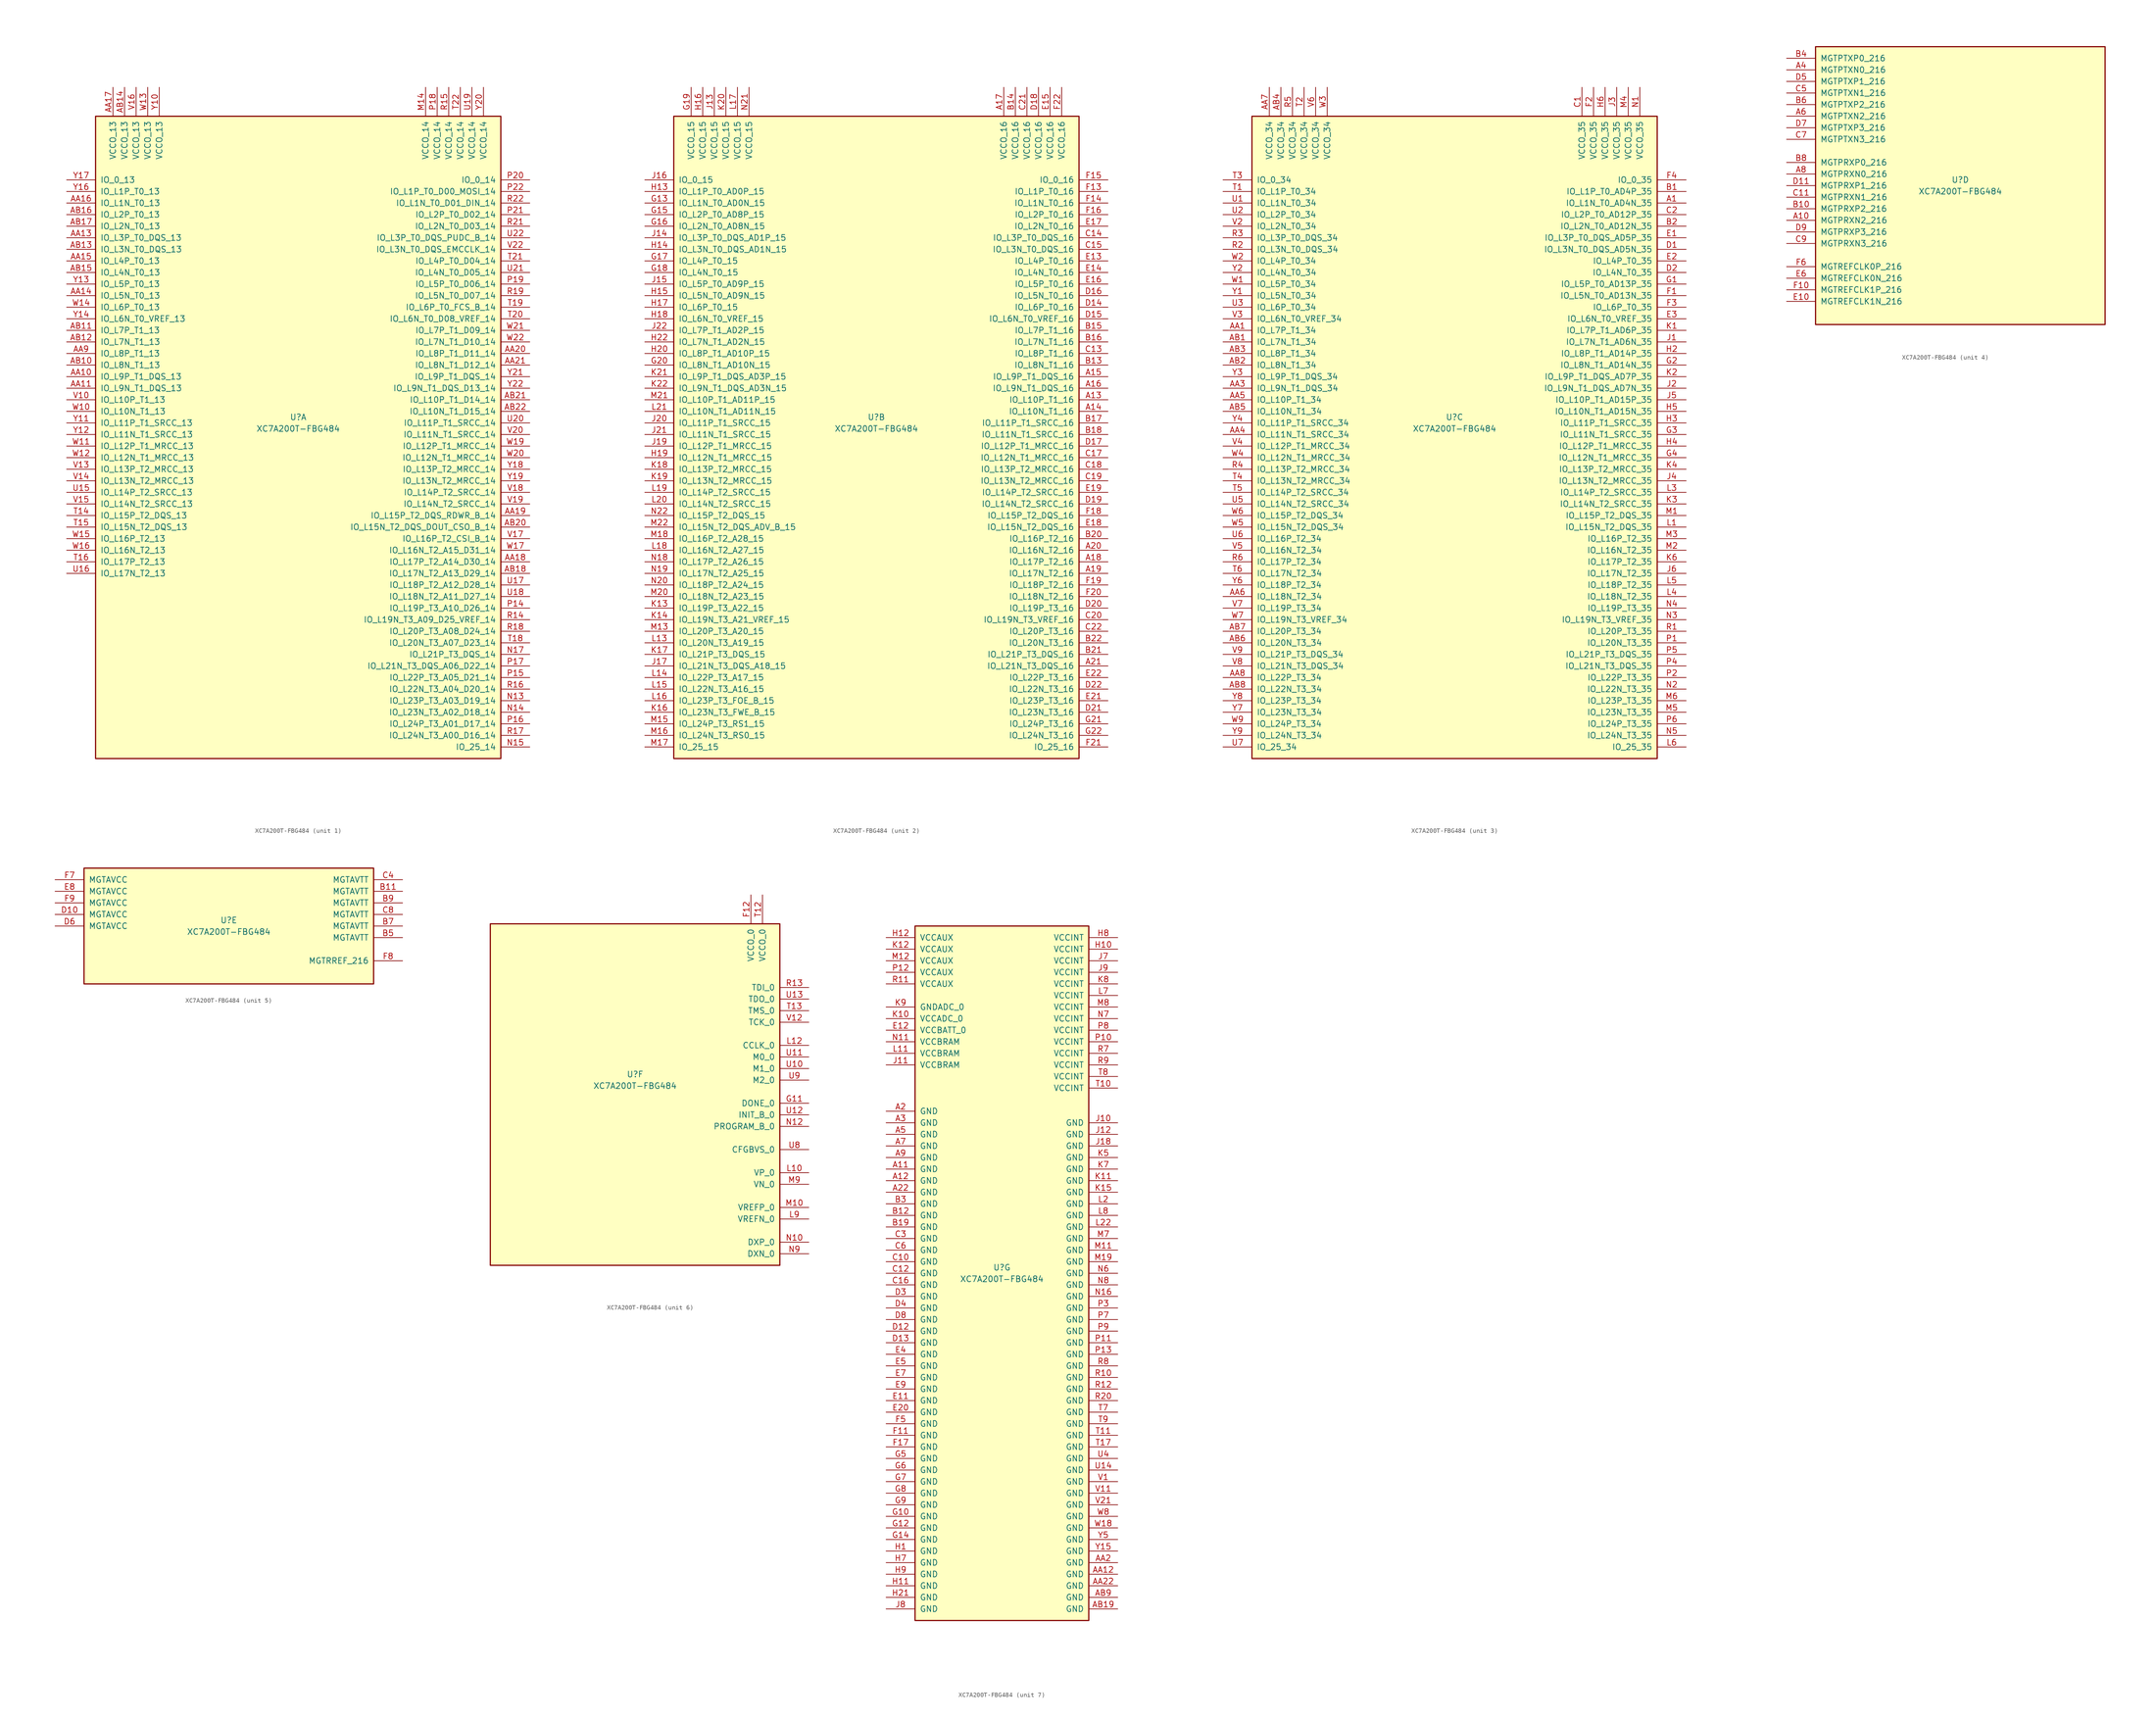
<source format=kicad_sym>
(kicad_symbol_lib
  (version 20201005)
  (generator kicad_symbol_editor)
  (symbol "XC7A200T-FBG484"
    (pin_names
      (offset 1.016))
    (property "Reference" "U"
      (at 0 1.27 0)
      (effects (font (size 1.27 1.27))))
    (property "Value" "XC7A200T-FBG484"
      (at 0 -1.27 0)
      (effects (font (size 1.27 1.27))))
    (property "Datasheet" ""
      (at 0 0 0)
      (effects (font (size 1.27 1.27))))
    (property "ki_locked" ""
      (at 0 0 0)
      (effects (font (size 1.27 1.27))))
    (symbol "XC7A200T-FBG484_1_1"
      (rectangle (start -44.45 67.31) (end 44.45 -73.66) (stroke (width 0.254)) (fill (type background)))
      (pin power_in line (at -40.64 73.66 270) (length 6.35) (name "VCCO_13" (effects (font (size 1.27 1.27)))) (number "AA17" (effects (font (size 1.27 1.27)))))
      (pin power_in line (at -38.1 73.66 270) (length 6.35) (name "VCCO_13" (effects (font (size 1.27 1.27)))) (number "AB14" (effects (font (size 1.27 1.27)))))
      (pin power_in line (at -35.56 73.66 270) (length 6.35) (name "VCCO_13" (effects (font (size 1.27 1.27)))) (number "V16" (effects (font (size 1.27 1.27)))))
      (pin power_in line (at -33.02 73.66 270) (length 6.35) (name "VCCO_13" (effects (font (size 1.27 1.27)))) (number "W13" (effects (font (size 1.27 1.27)))))
      (pin power_in line (at -30.48 73.66 270) (length 6.35) (name "VCCO_13" (effects (font (size 1.27 1.27)))) (number "Y10" (effects (font (size 1.27 1.27)))))
      (pin bidirectional line (at -50.8 53.34 0) (length 6.35) (name "IO_0_13" (effects (font (size 1.27 1.27)))) (number "Y17" (effects (font (size 1.27 1.27)))))
      (pin bidirectional line (at -50.8 50.8 0) (length 6.35) (name "IO_L1P_T0_13" (effects (font (size 1.27 1.27)))) (number "Y16" (effects (font (size 1.27 1.27)))))
      (pin bidirectional line (at -50.8 48.26 0) (length 6.35) (name "IO_L1N_T0_13" (effects (font (size 1.27 1.27)))) (number "AA16" (effects (font (size 1.27 1.27)))))
      (pin bidirectional line (at -50.8 45.72 0) (length 6.35) (name "IO_L2P_T0_13" (effects (font (size 1.27 1.27)))) (number "AB16" (effects (font (size 1.27 1.27)))))
      (pin bidirectional line (at -50.8 43.18 0) (length 6.35) (name "IO_L2N_T0_13" (effects (font (size 1.27 1.27)))) (number "AB17" (effects (font (size 1.27 1.27)))))
      (pin bidirectional line (at -50.8 40.64 0) (length 6.35) (name "IO_L3P_T0_DQS_13" (effects (font (size 1.27 1.27)))) (number "AA13" (effects (font (size 1.27 1.27)))))
      (pin bidirectional line (at -50.8 38.1 0) (length 6.35) (name "IO_L3N_T0_DQS_13" (effects (font (size 1.27 1.27)))) (number "AB13" (effects (font (size 1.27 1.27)))))
      (pin bidirectional line (at -50.8 35.56 0) (length 6.35) (name "IO_L4P_T0_13" (effects (font (size 1.27 1.27)))) (number "AA15" (effects (font (size 1.27 1.27)))))
      (pin bidirectional line (at -50.8 33.02 0) (length 6.35) (name "IO_L4N_T0_13" (effects (font (size 1.27 1.27)))) (number "AB15" (effects (font (size 1.27 1.27)))))
      (pin bidirectional line (at -50.8 30.48 0) (length 6.35) (name "IO_L5P_T0_13" (effects (font (size 1.27 1.27)))) (number "Y13" (effects (font (size 1.27 1.27)))))
      (pin bidirectional line (at -50.8 27.94 0) (length 6.35) (name "IO_L5N_T0_13" (effects (font (size 1.27 1.27)))) (number "AA14" (effects (font (size 1.27 1.27)))))
      (pin bidirectional line (at -50.8 25.4 0) (length 6.35) (name "IO_L6P_T0_13" (effects (font (size 1.27 1.27)))) (number "W14" (effects (font (size 1.27 1.27)))))
      (pin bidirectional line (at -50.8 22.86 0) (length 6.35) (name "IO_L6N_T0_VREF_13" (effects (font (size 1.27 1.27)))) (number "Y14" (effects (font (size 1.27 1.27)))))
      (pin bidirectional line (at -50.8 20.32 0) (length 6.35) (name "IO_L7P_T1_13" (effects (font (size 1.27 1.27)))) (number "AB11" (effects (font (size 1.27 1.27)))))
      (pin bidirectional line (at -50.8 17.78 0) (length 6.35) (name "IO_L7N_T1_13" (effects (font (size 1.27 1.27)))) (number "AB12" (effects (font (size 1.27 1.27)))))
      (pin bidirectional line (at -50.8 15.24 0) (length 6.35) (name "IO_L8P_T1_13" (effects (font (size 1.27 1.27)))) (number "AA9" (effects (font (size 1.27 1.27)))))
      (pin bidirectional line (at -50.8 12.7 0) (length 6.35) (name "IO_L8N_T1_13" (effects (font (size 1.27 1.27)))) (number "AB10" (effects (font (size 1.27 1.27)))))
      (pin bidirectional line (at -50.8 10.16 0) (length 6.35) (name "IO_L9P_T1_DQS_13" (effects (font (size 1.27 1.27)))) (number "AA10" (effects (font (size 1.27 1.27)))))
      (pin bidirectional line (at -50.8 7.62 0) (length 6.35) (name "IO_L9N_T1_DQS_13" (effects (font (size 1.27 1.27)))) (number "AA11" (effects (font (size 1.27 1.27)))))
      (pin bidirectional line (at -50.8 5.08 0) (length 6.35) (name "IO_L10P_T1_13" (effects (font (size 1.27 1.27)))) (number "V10" (effects (font (size 1.27 1.27)))))
      (pin bidirectional line (at -50.8 2.54 0) (length 6.35) (name "IO_L10N_T1_13" (effects (font (size 1.27 1.27)))) (number "W10" (effects (font (size 1.27 1.27)))))
      (pin bidirectional line (at -50.8 0 0) (length 6.35) (name "IO_L11P_T1_SRCC_13" (effects (font (size 1.27 1.27)))) (number "Y11" (effects (font (size 1.27 1.27)))))
      (pin bidirectional line (at -50.8 -2.54 0) (length 6.35) (name "IO_L11N_T1_SRCC_13" (effects (font (size 1.27 1.27)))) (number "Y12" (effects (font (size 1.27 1.27)))))
      (pin bidirectional line (at -50.8 -5.08 0) (length 6.35) (name "IO_L12P_T1_MRCC_13" (effects (font (size 1.27 1.27)))) (number "W11" (effects (font (size 1.27 1.27)))))
      (pin bidirectional line (at -50.8 -7.62 0) (length 6.35) (name "IO_L12N_T1_MRCC_13" (effects (font (size 1.27 1.27)))) (number "W12" (effects (font (size 1.27 1.27)))))
      (pin bidirectional line (at -50.8 -10.16 0) (length 6.35) (name "IO_L13P_T2_MRCC_13" (effects (font (size 1.27 1.27)))) (number "V13" (effects (font (size 1.27 1.27)))))
      (pin bidirectional line (at -50.8 -12.7 0) (length 6.35) (name "IO_L13N_T2_MRCC_13" (effects (font (size 1.27 1.27)))) (number "V14" (effects (font (size 1.27 1.27)))))
      (pin bidirectional line (at -50.8 -15.24 0) (length 6.35) (name "IO_L14P_T2_SRCC_13" (effects (font (size 1.27 1.27)))) (number "U15" (effects (font (size 1.27 1.27)))))
      (pin bidirectional line (at -50.8 -17.78 0) (length 6.35) (name "IO_L14N_T2_SRCC_13" (effects (font (size 1.27 1.27)))) (number "V15" (effects (font (size 1.27 1.27)))))
      (pin bidirectional line (at -50.8 -20.32 0) (length 6.35) (name "IO_L15P_T2_DQS_13" (effects (font (size 1.27 1.27)))) (number "T14" (effects (font (size 1.27 1.27)))))
      (pin bidirectional line (at -50.8 -22.86 0) (length 6.35) (name "IO_L15N_T2_DQS_13" (effects (font (size 1.27 1.27)))) (number "T15" (effects (font (size 1.27 1.27)))))
      (pin bidirectional line (at -50.8 -25.4 0) (length 6.35) (name "IO_L16P_T2_13" (effects (font (size 1.27 1.27)))) (number "W15" (effects (font (size 1.27 1.27)))))
      (pin bidirectional line (at -50.8 -27.94 0) (length 6.35) (name "IO_L16N_T2_13" (effects (font (size 1.27 1.27)))) (number "W16" (effects (font (size 1.27 1.27)))))
      (pin bidirectional line (at -50.8 -30.48 0) (length 6.35) (name "IO_L17P_T2_13" (effects (font (size 1.27 1.27)))) (number "T16" (effects (font (size 1.27 1.27)))))
      (pin bidirectional line (at -50.8 -33.02 0) (length 6.35) (name "IO_L17N_T2_13" (effects (font (size 1.27 1.27)))) (number "U16" (effects (font (size 1.27 1.27)))))
      (pin power_in line (at 27.94 73.66 270) (length 6.35) (name "VCCO_14" (effects (font (size 1.27 1.27)))) (number "M14" (effects (font (size 1.27 1.27)))))
      (pin power_in line (at 30.48 73.66 270) (length 6.35) (name "VCCO_14" (effects (font (size 1.27 1.27)))) (number "P18" (effects (font (size 1.27 1.27)))))
      (pin power_in line (at 33.02 73.66 270) (length 6.35) (name "VCCO_14" (effects (font (size 1.27 1.27)))) (number "R15" (effects (font (size 1.27 1.27)))))
      (pin power_in line (at 35.56 73.66 270) (length 6.35) (name "VCCO_14" (effects (font (size 1.27 1.27)))) (number "T22" (effects (font (size 1.27 1.27)))))
      (pin power_in line (at 38.1 73.66 270) (length 6.35) (name "VCCO_14" (effects (font (size 1.27 1.27)))) (number "U19" (effects (font (size 1.27 1.27)))))
      (pin power_in line (at 40.64 73.66 270) (length 6.35) (name "VCCO_14" (effects (font (size 1.27 1.27)))) (number "Y20" (effects (font (size 1.27 1.27)))))
      (pin bidirectional line (at 50.8 53.34 180) (length 6.35) (name "IO_0_14" (effects (font (size 1.27 1.27)))) (number "P20" (effects (font (size 1.27 1.27)))))
      (pin bidirectional line (at 50.8 50.8 180) (length 6.35) (name "IO_L1P_T0_D00_MOSI_14" (effects (font (size 1.27 1.27)))) (number "P22" (effects (font (size 1.27 1.27)))))
      (pin bidirectional line (at 50.8 48.26 180) (length 6.35) (name "IO_L1N_T0_D01_DIN_14" (effects (font (size 1.27 1.27)))) (number "R22" (effects (font (size 1.27 1.27)))))
      (pin bidirectional line (at 50.8 45.72 180) (length 6.35) (name "IO_L2P_T0_D02_14" (effects (font (size 1.27 1.27)))) (number "P21" (effects (font (size 1.27 1.27)))))
      (pin bidirectional line (at 50.8 43.18 180) (length 6.35) (name "IO_L2N_T0_D03_14" (effects (font (size 1.27 1.27)))) (number "R21" (effects (font (size 1.27 1.27)))))
      (pin bidirectional line (at 50.8 40.64 180) (length 6.35) (name "IO_L3P_T0_DQS_PUDC_B_14" (effects (font (size 1.27 1.27)))) (number "U22" (effects (font (size 1.27 1.27)))))
      (pin bidirectional line (at 50.8 38.1 180) (length 6.35) (name "IO_L3N_T0_DQS_EMCCLK_14" (effects (font (size 1.27 1.27)))) (number "V22" (effects (font (size 1.27 1.27)))))
      (pin bidirectional line (at 50.8 35.56 180) (length 6.35) (name "IO_L4P_T0_D04_14" (effects (font (size 1.27 1.27)))) (number "T21" (effects (font (size 1.27 1.27)))))
      (pin bidirectional line (at 50.8 33.02 180) (length 6.35) (name "IO_L4N_T0_D05_14" (effects (font (size 1.27 1.27)))) (number "U21" (effects (font (size 1.27 1.27)))))
      (pin bidirectional line (at 50.8 30.48 180) (length 6.35) (name "IO_L5P_T0_D06_14" (effects (font (size 1.27 1.27)))) (number "P19" (effects (font (size 1.27 1.27)))))
      (pin bidirectional line (at 50.8 27.94 180) (length 6.35) (name "IO_L5N_T0_D07_14" (effects (font (size 1.27 1.27)))) (number "R19" (effects (font (size 1.27 1.27)))))
      (pin bidirectional line (at 50.8 25.4 180) (length 6.35) (name "IO_L6P_T0_FCS_B_14" (effects (font (size 1.27 1.27)))) (number "T19" (effects (font (size 1.27 1.27)))))
      (pin bidirectional line (at 50.8 22.86 180) (length 6.35) (name "IO_L6N_T0_D08_VREF_14" (effects (font (size 1.27 1.27)))) (number "T20" (effects (font (size 1.27 1.27)))))
      (pin bidirectional line (at 50.8 20.32 180) (length 6.35) (name "IO_L7P_T1_D09_14" (effects (font (size 1.27 1.27)))) (number "W21" (effects (font (size 1.27 1.27)))))
      (pin bidirectional line (at 50.8 17.78 180) (length 6.35) (name "IO_L7N_T1_D10_14" (effects (font (size 1.27 1.27)))) (number "W22" (effects (font (size 1.27 1.27)))))
      (pin bidirectional line (at 50.8 15.24 180) (length 6.35) (name "IO_L8P_T1_D11_14" (effects (font (size 1.27 1.27)))) (number "AA20" (effects (font (size 1.27 1.27)))))
      (pin bidirectional line (at 50.8 12.7 180) (length 6.35) (name "IO_L8N_T1_D12_14" (effects (font (size 1.27 1.27)))) (number "AA21" (effects (font (size 1.27 1.27)))))
      (pin bidirectional line (at 50.8 10.16 180) (length 6.35) (name "IO_L9P_T1_DQS_14" (effects (font (size 1.27 1.27)))) (number "Y21" (effects (font (size 1.27 1.27)))))
      (pin bidirectional line (at 50.8 7.62 180) (length 6.35) (name "IO_L9N_T1_DQS_D13_14" (effects (font (size 1.27 1.27)))) (number "Y22" (effects (font (size 1.27 1.27)))))
      (pin bidirectional line (at 50.8 5.08 180) (length 6.35) (name "IO_L10P_T1_D14_14" (effects (font (size 1.27 1.27)))) (number "AB21" (effects (font (size 1.27 1.27)))))
      (pin bidirectional line (at 50.8 2.54 180) (length 6.35) (name "IO_L10N_T1_D15_14" (effects (font (size 1.27 1.27)))) (number "AB22" (effects (font (size 1.27 1.27)))))
      (pin bidirectional line (at 50.8 0 180) (length 6.35) (name "IO_L11P_T1_SRCC_14" (effects (font (size 1.27 1.27)))) (number "U20" (effects (font (size 1.27 1.27)))))
      (pin bidirectional line (at 50.8 -2.54 180) (length 6.35) (name "IO_L11N_T1_SRCC_14" (effects (font (size 1.27 1.27)))) (number "V20" (effects (font (size 1.27 1.27)))))
      (pin bidirectional line (at 50.8 -5.08 180) (length 6.35) (name "IO_L12P_T1_MRCC_14" (effects (font (size 1.27 1.27)))) (number "W19" (effects (font (size 1.27 1.27)))))
      (pin bidirectional line (at 50.8 -7.62 180) (length 6.35) (name "IO_L12N_T1_MRCC_14" (effects (font (size 1.27 1.27)))) (number "W20" (effects (font (size 1.27 1.27)))))
      (pin bidirectional line (at 50.8 -10.16 180) (length 6.35) (name "IO_L13P_T2_MRCC_14" (effects (font (size 1.27 1.27)))) (number "Y18" (effects (font (size 1.27 1.27)))))
      (pin bidirectional line (at 50.8 -12.7 180) (length 6.35) (name "IO_L13N_T2_MRCC_14" (effects (font (size 1.27 1.27)))) (number "Y19" (effects (font (size 1.27 1.27)))))
      (pin bidirectional line (at 50.8 -15.24 180) (length 6.35) (name "IO_L14P_T2_SRCC_14" (effects (font (size 1.27 1.27)))) (number "V18" (effects (font (size 1.27 1.27)))))
      (pin bidirectional line (at 50.8 -17.78 180) (length 6.35) (name "IO_L14N_T2_SRCC_14" (effects (font (size 1.27 1.27)))) (number "V19" (effects (font (size 1.27 1.27)))))
      (pin bidirectional line (at 50.8 -20.32 180) (length 6.35) (name "IO_L15P_T2_DQS_RDWR_B_14" (effects (font (size 1.27 1.27)))) (number "AA19" (effects (font (size 1.27 1.27)))))
      (pin bidirectional line (at 50.8 -22.86 180) (length 6.35) (name "IO_L15N_T2_DQS_DOUT_CSO_B_14" (effects (font (size 1.27 1.27)))) (number "AB20" (effects (font (size 1.27 1.27)))))
      (pin bidirectional line (at 50.8 -25.4 180) (length 6.35) (name "IO_L16P_T2_CSI_B_14" (effects (font (size 1.27 1.27)))) (number "V17" (effects (font (size 1.27 1.27)))))
      (pin bidirectional line (at 50.8 -27.94 180) (length 6.35) (name "IO_L16N_T2_A15_D31_14" (effects (font (size 1.27 1.27)))) (number "W17" (effects (font (size 1.27 1.27)))))
      (pin bidirectional line (at 50.8 -30.48 180) (length 6.35) (name "IO_L17P_T2_A14_D30_14" (effects (font (size 1.27 1.27)))) (number "AA18" (effects (font (size 1.27 1.27)))))
      (pin bidirectional line (at 50.8 -33.02 180) (length 6.35) (name "IO_L17N_T2_A13_D29_14" (effects (font (size 1.27 1.27)))) (number "AB18" (effects (font (size 1.27 1.27)))))
      (pin bidirectional line (at 50.8 -35.56 180) (length 6.35) (name "IO_L18P_T2_A12_D28_14" (effects (font (size 1.27 1.27)))) (number "U17" (effects (font (size 1.27 1.27)))))
      (pin bidirectional line (at 50.8 -38.1 180) (length 6.35) (name "IO_L18N_T2_A11_D27_14" (effects (font (size 1.27 1.27)))) (number "U18" (effects (font (size 1.27 1.27)))))
      (pin bidirectional line (at 50.8 -40.64 180) (length 6.35) (name "IO_L19P_T3_A10_D26_14" (effects (font (size 1.27 1.27)))) (number "P14" (effects (font (size 1.27 1.27)))))
      (pin bidirectional line (at 50.8 -43.18 180) (length 6.35) (name "IO_L19N_T3_A09_D25_VREF_14" (effects (font (size 1.27 1.27)))) (number "R14" (effects (font (size 1.27 1.27)))))
      (pin bidirectional line (at 50.8 -45.72 180) (length 6.35) (name "IO_L20P_T3_A08_D24_14" (effects (font (size 1.27 1.27)))) (number "R18" (effects (font (size 1.27 1.27)))))
      (pin bidirectional line (at 50.8 -48.26 180) (length 6.35) (name "IO_L20N_T3_A07_D23_14" (effects (font (size 1.27 1.27)))) (number "T18" (effects (font (size 1.27 1.27)))))
      (pin bidirectional line (at 50.8 -50.8 180) (length 6.35) (name "IO_L21P_T3_DQS_14" (effects (font (size 1.27 1.27)))) (number "N17" (effects (font (size 1.27 1.27)))))
      (pin bidirectional line (at 50.8 -53.34 180) (length 6.35) (name "IO_L21N_T3_DQS_A06_D22_14" (effects (font (size 1.27 1.27)))) (number "P17" (effects (font (size 1.27 1.27)))))
      (pin bidirectional line (at 50.8 -55.88 180) (length 6.35) (name "IO_L22P_T3_A05_D21_14" (effects (font (size 1.27 1.27)))) (number "P15" (effects (font (size 1.27 1.27)))))
      (pin bidirectional line (at 50.8 -58.42 180) (length 6.35) (name "IO_L22N_T3_A04_D20_14" (effects (font (size 1.27 1.27)))) (number "R16" (effects (font (size 1.27 1.27)))))
      (pin bidirectional line (at 50.8 -60.96 180) (length 6.35) (name "IO_L23P_T3_A03_D19_14" (effects (font (size 1.27 1.27)))) (number "N13" (effects (font (size 1.27 1.27)))))
      (pin bidirectional line (at 50.8 -63.5 180) (length 6.35) (name "IO_L23N_T3_A02_D18_14" (effects (font (size 1.27 1.27)))) (number "N14" (effects (font (size 1.27 1.27)))))
      (pin bidirectional line (at 50.8 -66.04 180) (length 6.35) (name "IO_L24P_T3_A01_D17_14" (effects (font (size 1.27 1.27)))) (number "P16" (effects (font (size 1.27 1.27)))))
      (pin bidirectional line (at 50.8 -68.58 180) (length 6.35) (name "IO_L24N_T3_A00_D16_14" (effects (font (size 1.27 1.27)))) (number "R17" (effects (font (size 1.27 1.27)))))
      (pin bidirectional line (at 50.8 -71.12 180) (length 6.35) (name "IO_25_14" (effects (font (size 1.27 1.27)))) (number "N15" (effects (font (size 1.27 1.27))))))
    (symbol "XC7A200T-FBG484_2_1"
      (rectangle (start -44.45 67.31) (end 44.45 -73.66) (stroke (width 0.254)) (fill (type background)))
      (pin power_in line (at -40.64 73.66 270) (length 6.35) (name "VCCO_15" (effects (font (size 1.27 1.27)))) (number "G19" (effects (font (size 1.27 1.27)))))
      (pin power_in line (at -38.1 73.66 270) (length 6.35) (name "VCCO_15" (effects (font (size 1.27 1.27)))) (number "H16" (effects (font (size 1.27 1.27)))))
      (pin power_in line (at -35.56 73.66 270) (length 6.35) (name "VCCO_15" (effects (font (size 1.27 1.27)))) (number "J13" (effects (font (size 1.27 1.27)))))
      (pin power_in line (at -33.02 73.66 270) (length 6.35) (name "VCCO_15" (effects (font (size 1.27 1.27)))) (number "K20" (effects (font (size 1.27 1.27)))))
      (pin power_in line (at -30.48 73.66 270) (length 6.35) (name "VCCO_15" (effects (font (size 1.27 1.27)))) (number "L17" (effects (font (size 1.27 1.27)))))
      (pin power_in line (at -27.94 73.66 270) (length 6.35) (name "VCCO_15" (effects (font (size 1.27 1.27)))) (number "N21" (effects (font (size 1.27 1.27)))))
      (pin bidirectional line (at -50.8 53.34 0) (length 6.35) (name "IO_0_15" (effects (font (size 1.27 1.27)))) (number "J16" (effects (font (size 1.27 1.27)))))
      (pin bidirectional line (at -50.8 50.8 0) (length 6.35) (name "IO_L1P_T0_AD0P_15" (effects (font (size 1.27 1.27)))) (number "H13" (effects (font (size 1.27 1.27)))))
      (pin bidirectional line (at -50.8 48.26 0) (length 6.35) (name "IO_L1N_T0_AD0N_15" (effects (font (size 1.27 1.27)))) (number "G13" (effects (font (size 1.27 1.27)))))
      (pin bidirectional line (at -50.8 45.72 0) (length 6.35) (name "IO_L2P_T0_AD8P_15" (effects (font (size 1.27 1.27)))) (number "G15" (effects (font (size 1.27 1.27)))))
      (pin bidirectional line (at -50.8 43.18 0) (length 6.35) (name "IO_L2N_T0_AD8N_15" (effects (font (size 1.27 1.27)))) (number "G16" (effects (font (size 1.27 1.27)))))
      (pin bidirectional line (at -50.8 40.64 0) (length 6.35) (name "IO_L3P_T0_DQS_AD1P_15" (effects (font (size 1.27 1.27)))) (number "J14" (effects (font (size 1.27 1.27)))))
      (pin bidirectional line (at -50.8 38.1 0) (length 6.35) (name "IO_L3N_T0_DQS_AD1N_15" (effects (font (size 1.27 1.27)))) (number "H14" (effects (font (size 1.27 1.27)))))
      (pin bidirectional line (at -50.8 35.56 0) (length 6.35) (name "IO_L4P_T0_15" (effects (font (size 1.27 1.27)))) (number "G17" (effects (font (size 1.27 1.27)))))
      (pin bidirectional line (at -50.8 33.02 0) (length 6.35) (name "IO_L4N_T0_15" (effects (font (size 1.27 1.27)))) (number "G18" (effects (font (size 1.27 1.27)))))
      (pin bidirectional line (at -50.8 30.48 0) (length 6.35) (name "IO_L5P_T0_AD9P_15" (effects (font (size 1.27 1.27)))) (number "J15" (effects (font (size 1.27 1.27)))))
      (pin bidirectional line (at -50.8 27.94 0) (length 6.35) (name "IO_L5N_T0_AD9N_15" (effects (font (size 1.27 1.27)))) (number "H15" (effects (font (size 1.27 1.27)))))
      (pin bidirectional line (at -50.8 25.4 0) (length 6.35) (name "IO_L6P_T0_15" (effects (font (size 1.27 1.27)))) (number "H17" (effects (font (size 1.27 1.27)))))
      (pin bidirectional line (at -50.8 22.86 0) (length 6.35) (name "IO_L6N_T0_VREF_15" (effects (font (size 1.27 1.27)))) (number "H18" (effects (font (size 1.27 1.27)))))
      (pin bidirectional line (at -50.8 20.32 0) (length 6.35) (name "IO_L7P_T1_AD2P_15" (effects (font (size 1.27 1.27)))) (number "J22" (effects (font (size 1.27 1.27)))))
      (pin bidirectional line (at -50.8 17.78 0) (length 6.35) (name "IO_L7N_T1_AD2N_15" (effects (font (size 1.27 1.27)))) (number "H22" (effects (font (size 1.27 1.27)))))
      (pin bidirectional line (at -50.8 15.24 0) (length 6.35) (name "IO_L8P_T1_AD10P_15" (effects (font (size 1.27 1.27)))) (number "H20" (effects (font (size 1.27 1.27)))))
      (pin bidirectional line (at -50.8 12.7 0) (length 6.35) (name "IO_L8N_T1_AD10N_15" (effects (font (size 1.27 1.27)))) (number "G20" (effects (font (size 1.27 1.27)))))
      (pin bidirectional line (at -50.8 10.16 0) (length 6.35) (name "IO_L9P_T1_DQS_AD3P_15" (effects (font (size 1.27 1.27)))) (number "K21" (effects (font (size 1.27 1.27)))))
      (pin bidirectional line (at -50.8 7.62 0) (length 6.35) (name "IO_L9N_T1_DQS_AD3N_15" (effects (font (size 1.27 1.27)))) (number "K22" (effects (font (size 1.27 1.27)))))
      (pin bidirectional line (at -50.8 5.08 0) (length 6.35) (name "IO_L10P_T1_AD11P_15" (effects (font (size 1.27 1.27)))) (number "M21" (effects (font (size 1.27 1.27)))))
      (pin bidirectional line (at -50.8 2.54 0) (length 6.35) (name "IO_L10N_T1_AD11N_15" (effects (font (size 1.27 1.27)))) (number "L21" (effects (font (size 1.27 1.27)))))
      (pin bidirectional line (at -50.8 0 0) (length 6.35) (name "IO_L11P_T1_SRCC_15" (effects (font (size 1.27 1.27)))) (number "J20" (effects (font (size 1.27 1.27)))))
      (pin bidirectional line (at -50.8 -2.54 0) (length 6.35) (name "IO_L11N_T1_SRCC_15" (effects (font (size 1.27 1.27)))) (number "J21" (effects (font (size 1.27 1.27)))))
      (pin bidirectional line (at -50.8 -5.08 0) (length 6.35) (name "IO_L12P_T1_MRCC_15" (effects (font (size 1.27 1.27)))) (number "J19" (effects (font (size 1.27 1.27)))))
      (pin bidirectional line (at -50.8 -7.62 0) (length 6.35) (name "IO_L12N_T1_MRCC_15" (effects (font (size 1.27 1.27)))) (number "H19" (effects (font (size 1.27 1.27)))))
      (pin bidirectional line (at -50.8 -10.16 0) (length 6.35) (name "IO_L13P_T2_MRCC_15" (effects (font (size 1.27 1.27)))) (number "K18" (effects (font (size 1.27 1.27)))))
      (pin bidirectional line (at -50.8 -12.7 0) (length 6.35) (name "IO_L13N_T2_MRCC_15" (effects (font (size 1.27 1.27)))) (number "K19" (effects (font (size 1.27 1.27)))))
      (pin bidirectional line (at -50.8 -15.24 0) (length 6.35) (name "IO_L14P_T2_SRCC_15" (effects (font (size 1.27 1.27)))) (number "L19" (effects (font (size 1.27 1.27)))))
      (pin bidirectional line (at -50.8 -17.78 0) (length 6.35) (name "IO_L14N_T2_SRCC_15" (effects (font (size 1.27 1.27)))) (number "L20" (effects (font (size 1.27 1.27)))))
      (pin bidirectional line (at -50.8 -20.32 0) (length 6.35) (name "IO_L15P_T2_DQS_15" (effects (font (size 1.27 1.27)))) (number "N22" (effects (font (size 1.27 1.27)))))
      (pin bidirectional line (at -50.8 -22.86 0) (length 6.35) (name "IO_L15N_T2_DQS_ADV_B_15" (effects (font (size 1.27 1.27)))) (number "M22" (effects (font (size 1.27 1.27)))))
      (pin bidirectional line (at -50.8 -25.4 0) (length 6.35) (name "IO_L16P_T2_A28_15" (effects (font (size 1.27 1.27)))) (number "M18" (effects (font (size 1.27 1.27)))))
      (pin bidirectional line (at -50.8 -27.94 0) (length 6.35) (name "IO_L16N_T2_A27_15" (effects (font (size 1.27 1.27)))) (number "L18" (effects (font (size 1.27 1.27)))))
      (pin bidirectional line (at -50.8 -30.48 0) (length 6.35) (name "IO_L17P_T2_A26_15" (effects (font (size 1.27 1.27)))) (number "N18" (effects (font (size 1.27 1.27)))))
      (pin bidirectional line (at -50.8 -33.02 0) (length 6.35) (name "IO_L17N_T2_A25_15" (effects (font (size 1.27 1.27)))) (number "N19" (effects (font (size 1.27 1.27)))))
      (pin bidirectional line (at -50.8 -35.56 0) (length 6.35) (name "IO_L18P_T2_A24_15" (effects (font (size 1.27 1.27)))) (number "N20" (effects (font (size 1.27 1.27)))))
      (pin bidirectional line (at -50.8 -38.1 0) (length 6.35) (name "IO_L18N_T2_A23_15" (effects (font (size 1.27 1.27)))) (number "M20" (effects (font (size 1.27 1.27)))))
      (pin bidirectional line (at -50.8 -40.64 0) (length 6.35) (name "IO_L19P_T3_A22_15" (effects (font (size 1.27 1.27)))) (number "K13" (effects (font (size 1.27 1.27)))))
      (pin bidirectional line (at -50.8 -43.18 0) (length 6.35) (name "IO_L19N_T3_A21_VREF_15" (effects (font (size 1.27 1.27)))) (number "K14" (effects (font (size 1.27 1.27)))))
      (pin bidirectional line (at -50.8 -45.72 0) (length 6.35) (name "IO_L20P_T3_A20_15" (effects (font (size 1.27 1.27)))) (number "M13" (effects (font (size 1.27 1.27)))))
      (pin bidirectional line (at -50.8 -48.26 0) (length 6.35) (name "IO_L20N_T3_A19_15" (effects (font (size 1.27 1.27)))) (number "L13" (effects (font (size 1.27 1.27)))))
      (pin bidirectional line (at -50.8 -50.8 0) (length 6.35) (name "IO_L21P_T3_DQS_15" (effects (font (size 1.27 1.27)))) (number "K17" (effects (font (size 1.27 1.27)))))
      (pin bidirectional line (at -50.8 -53.34 0) (length 6.35) (name "IO_L21N_T3_DQS_A18_15" (effects (font (size 1.27 1.27)))) (number "J17" (effects (font (size 1.27 1.27)))))
      (pin bidirectional line (at -50.8 -55.88 0) (length 6.35) (name "IO_L22P_T3_A17_15" (effects (font (size 1.27 1.27)))) (number "L14" (effects (font (size 1.27 1.27)))))
      (pin bidirectional line (at -50.8 -58.42 0) (length 6.35) (name "IO_L22N_T3_A16_15" (effects (font (size 1.27 1.27)))) (number "L15" (effects (font (size 1.27 1.27)))))
      (pin bidirectional line (at -50.8 -60.96 0) (length 6.35) (name "IO_L23P_T3_FOE_B_15" (effects (font (size 1.27 1.27)))) (number "L16" (effects (font (size 1.27 1.27)))))
      (pin bidirectional line (at -50.8 -63.5 0) (length 6.35) (name "IO_L23N_T3_FWE_B_15" (effects (font (size 1.27 1.27)))) (number "K16" (effects (font (size 1.27 1.27)))))
      (pin bidirectional line (at -50.8 -66.04 0) (length 6.35) (name "IO_L24P_T3_RS1_15" (effects (font (size 1.27 1.27)))) (number "M15" (effects (font (size 1.27 1.27)))))
      (pin bidirectional line (at -50.8 -68.58 0) (length 6.35) (name "IO_L24N_T3_RS0_15" (effects (font (size 1.27 1.27)))) (number "M16" (effects (font (size 1.27 1.27)))))
      (pin bidirectional line (at -50.8 -71.12 0) (length 6.35) (name "IO_25_15" (effects (font (size 1.27 1.27)))) (number "M17" (effects (font (size 1.27 1.27)))))
      (pin power_in line (at 27.94 73.66 270) (length 6.35) (name "VCCO_16" (effects (font (size 1.27 1.27)))) (number "A17" (effects (font (size 1.27 1.27)))))
      (pin power_in line (at 30.48 73.66 270) (length 6.35) (name "VCCO_16" (effects (font (size 1.27 1.27)))) (number "B14" (effects (font (size 1.27 1.27)))))
      (pin power_in line (at 33.02 73.66 270) (length 6.35) (name "VCCO_16" (effects (font (size 1.27 1.27)))) (number "C21" (effects (font (size 1.27 1.27)))))
      (pin power_in line (at 35.56 73.66 270) (length 6.35) (name "VCCO_16" (effects (font (size 1.27 1.27)))) (number "D18" (effects (font (size 1.27 1.27)))))
      (pin power_in line (at 38.1 73.66 270) (length 6.35) (name "VCCO_16" (effects (font (size 1.27 1.27)))) (number "E15" (effects (font (size 1.27 1.27)))))
      (pin power_in line (at 40.64 73.66 270) (length 6.35) (name "VCCO_16" (effects (font (size 1.27 1.27)))) (number "F22" (effects (font (size 1.27 1.27)))))
      (pin bidirectional line (at 50.8 53.34 180) (length 6.35) (name "IO_0_16" (effects (font (size 1.27 1.27)))) (number "F15" (effects (font (size 1.27 1.27)))))
      (pin bidirectional line (at 50.8 50.8 180) (length 6.35) (name "IO_L1P_T0_16" (effects (font (size 1.27 1.27)))) (number "F13" (effects (font (size 1.27 1.27)))))
      (pin bidirectional line (at 50.8 48.26 180) (length 6.35) (name "IO_L1N_T0_16" (effects (font (size 1.27 1.27)))) (number "F14" (effects (font (size 1.27 1.27)))))
      (pin bidirectional line (at 50.8 45.72 180) (length 6.35) (name "IO_L2P_T0_16" (effects (font (size 1.27 1.27)))) (number "F16" (effects (font (size 1.27 1.27)))))
      (pin bidirectional line (at 50.8 43.18 180) (length 6.35) (name "IO_L2N_T0_16" (effects (font (size 1.27 1.27)))) (number "E17" (effects (font (size 1.27 1.27)))))
      (pin bidirectional line (at 50.8 40.64 180) (length 6.35) (name "IO_L3P_T0_DQS_16" (effects (font (size 1.27 1.27)))) (number "C14" (effects (font (size 1.27 1.27)))))
      (pin bidirectional line (at 50.8 38.1 180) (length 6.35) (name "IO_L3N_T0_DQS_16" (effects (font (size 1.27 1.27)))) (number "C15" (effects (font (size 1.27 1.27)))))
      (pin bidirectional line (at 50.8 35.56 180) (length 6.35) (name "IO_L4P_T0_16" (effects (font (size 1.27 1.27)))) (number "E13" (effects (font (size 1.27 1.27)))))
      (pin bidirectional line (at 50.8 33.02 180) (length 6.35) (name "IO_L4N_T0_16" (effects (font (size 1.27 1.27)))) (number "E14" (effects (font (size 1.27 1.27)))))
      (pin bidirectional line (at 50.8 30.48 180) (length 6.35) (name "IO_L5P_T0_16" (effects (font (size 1.27 1.27)))) (number "E16" (effects (font (size 1.27 1.27)))))
      (pin bidirectional line (at 50.8 27.94 180) (length 6.35) (name "IO_L5N_T0_16" (effects (font (size 1.27 1.27)))) (number "D16" (effects (font (size 1.27 1.27)))))
      (pin bidirectional line (at 50.8 25.4 180) (length 6.35) (name "IO_L6P_T0_16" (effects (font (size 1.27 1.27)))) (number "D14" (effects (font (size 1.27 1.27)))))
      (pin bidirectional line (at 50.8 22.86 180) (length 6.35) (name "IO_L6N_T0_VREF_16" (effects (font (size 1.27 1.27)))) (number "D15" (effects (font (size 1.27 1.27)))))
      (pin bidirectional line (at 50.8 20.32 180) (length 6.35) (name "IO_L7P_T1_16" (effects (font (size 1.27 1.27)))) (number "B15" (effects (font (size 1.27 1.27)))))
      (pin bidirectional line (at 50.8 17.78 180) (length 6.35) (name "IO_L7N_T1_16" (effects (font (size 1.27 1.27)))) (number "B16" (effects (font (size 1.27 1.27)))))
      (pin bidirectional line (at 50.8 15.24 180) (length 6.35) (name "IO_L8P_T1_16" (effects (font (size 1.27 1.27)))) (number "C13" (effects (font (size 1.27 1.27)))))
      (pin bidirectional line (at 50.8 12.7 180) (length 6.35) (name "IO_L8N_T1_16" (effects (font (size 1.27 1.27)))) (number "B13" (effects (font (size 1.27 1.27)))))
      (pin bidirectional line (at 50.8 10.16 180) (length 6.35) (name "IO_L9P_T1_DQS_16" (effects (font (size 1.27 1.27)))) (number "A15" (effects (font (size 1.27 1.27)))))
      (pin bidirectional line (at 50.8 7.62 180) (length 6.35) (name "IO_L9N_T1_DQS_16" (effects (font (size 1.27 1.27)))) (number "A16" (effects (font (size 1.27 1.27)))))
      (pin bidirectional line (at 50.8 5.08 180) (length 6.35) (name "IO_L10P_T1_16" (effects (font (size 1.27 1.27)))) (number "A13" (effects (font (size 1.27 1.27)))))
      (pin bidirectional line (at 50.8 2.54 180) (length 6.35) (name "IO_L10N_T1_16" (effects (font (size 1.27 1.27)))) (number "A14" (effects (font (size 1.27 1.27)))))
      (pin bidirectional line (at 50.8 0 180) (length 6.35) (name "IO_L11P_T1_SRCC_16" (effects (font (size 1.27 1.27)))) (number "B17" (effects (font (size 1.27 1.27)))))
      (pin bidirectional line (at 50.8 -2.54 180) (length 6.35) (name "IO_L11N_T1_SRCC_16" (effects (font (size 1.27 1.27)))) (number "B18" (effects (font (size 1.27 1.27)))))
      (pin bidirectional line (at 50.8 -5.08 180) (length 6.35) (name "IO_L12P_T1_MRCC_16" (effects (font (size 1.27 1.27)))) (number "D17" (effects (font (size 1.27 1.27)))))
      (pin bidirectional line (at 50.8 -7.62 180) (length 6.35) (name "IO_L12N_T1_MRCC_16" (effects (font (size 1.27 1.27)))) (number "C17" (effects (font (size 1.27 1.27)))))
      (pin bidirectional line (at 50.8 -10.16 180) (length 6.35) (name "IO_L13P_T2_MRCC_16" (effects (font (size 1.27 1.27)))) (number "C18" (effects (font (size 1.27 1.27)))))
      (pin bidirectional line (at 50.8 -12.7 180) (length 6.35) (name "IO_L13N_T2_MRCC_16" (effects (font (size 1.27 1.27)))) (number "C19" (effects (font (size 1.27 1.27)))))
      (pin bidirectional line (at 50.8 -15.24 180) (length 6.35) (name "IO_L14P_T2_SRCC_16" (effects (font (size 1.27 1.27)))) (number "E19" (effects (font (size 1.27 1.27)))))
      (pin bidirectional line (at 50.8 -17.78 180) (length 6.35) (name "IO_L14N_T2_SRCC_16" (effects (font (size 1.27 1.27)))) (number "D19" (effects (font (size 1.27 1.27)))))
      (pin bidirectional line (at 50.8 -20.32 180) (length 6.35) (name "IO_L15P_T2_DQS_16" (effects (font (size 1.27 1.27)))) (number "F18" (effects (font (size 1.27 1.27)))))
      (pin bidirectional line (at 50.8 -22.86 180) (length 6.35) (name "IO_L15N_T2_DQS_16" (effects (font (size 1.27 1.27)))) (number "E18" (effects (font (size 1.27 1.27)))))
      (pin bidirectional line (at 50.8 -25.4 180) (length 6.35) (name "IO_L16P_T2_16" (effects (font (size 1.27 1.27)))) (number "B20" (effects (font (size 1.27 1.27)))))
      (pin bidirectional line (at 50.8 -27.94 180) (length 6.35) (name "IO_L16N_T2_16" (effects (font (size 1.27 1.27)))) (number "A20" (effects (font (size 1.27 1.27)))))
      (pin bidirectional line (at 50.8 -30.48 180) (length 6.35) (name "IO_L17P_T2_16" (effects (font (size 1.27 1.27)))) (number "A18" (effects (font (size 1.27 1.27)))))
      (pin bidirectional line (at 50.8 -33.02 180) (length 6.35) (name "IO_L17N_T2_16" (effects (font (size 1.27 1.27)))) (number "A19" (effects (font (size 1.27 1.27)))))
      (pin bidirectional line (at 50.8 -35.56 180) (length 6.35) (name "IO_L18P_T2_16" (effects (font (size 1.27 1.27)))) (number "F19" (effects (font (size 1.27 1.27)))))
      (pin bidirectional line (at 50.8 -38.1 180) (length 6.35) (name "IO_L18N_T2_16" (effects (font (size 1.27 1.27)))) (number "F20" (effects (font (size 1.27 1.27)))))
      (pin bidirectional line (at 50.8 -40.64 180) (length 6.35) (name "IO_L19P_T3_16" (effects (font (size 1.27 1.27)))) (number "D20" (effects (font (size 1.27 1.27)))))
      (pin bidirectional line (at 50.8 -43.18 180) (length 6.35) (name "IO_L19N_T3_VREF_16" (effects (font (size 1.27 1.27)))) (number "C20" (effects (font (size 1.27 1.27)))))
      (pin bidirectional line (at 50.8 -45.72 180) (length 6.35) (name "IO_L20P_T3_16" (effects (font (size 1.27 1.27)))) (number "C22" (effects (font (size 1.27 1.27)))))
      (pin bidirectional line (at 50.8 -48.26 180) (length 6.35) (name "IO_L20N_T3_16" (effects (font (size 1.27 1.27)))) (number "B22" (effects (font (size 1.27 1.27)))))
      (pin bidirectional line (at 50.8 -50.8 180) (length 6.35) (name "IO_L21P_T3_DQS_16" (effects (font (size 1.27 1.27)))) (number "B21" (effects (font (size 1.27 1.27)))))
      (pin bidirectional line (at 50.8 -53.34 180) (length 6.35) (name "IO_L21N_T3_DQS_16" (effects (font (size 1.27 1.27)))) (number "A21" (effects (font (size 1.27 1.27)))))
      (pin bidirectional line (at 50.8 -55.88 180) (length 6.35) (name "IO_L22P_T3_16" (effects (font (size 1.27 1.27)))) (number "E22" (effects (font (size 1.27 1.27)))))
      (pin bidirectional line (at 50.8 -58.42 180) (length 6.35) (name "IO_L22N_T3_16" (effects (font (size 1.27 1.27)))) (number "D22" (effects (font (size 1.27 1.27)))))
      (pin bidirectional line (at 50.8 -60.96 180) (length 6.35) (name "IO_L23P_T3_16" (effects (font (size 1.27 1.27)))) (number "E21" (effects (font (size 1.27 1.27)))))
      (pin bidirectional line (at 50.8 -63.5 180) (length 6.35) (name "IO_L23N_T3_16" (effects (font (size 1.27 1.27)))) (number "D21" (effects (font (size 1.27 1.27)))))
      (pin bidirectional line (at 50.8 -66.04 180) (length 6.35) (name "IO_L24P_T3_16" (effects (font (size 1.27 1.27)))) (number "G21" (effects (font (size 1.27 1.27)))))
      (pin bidirectional line (at 50.8 -68.58 180) (length 6.35) (name "IO_L24N_T3_16" (effects (font (size 1.27 1.27)))) (number "G22" (effects (font (size 1.27 1.27)))))
      (pin bidirectional line (at 50.8 -71.12 180) (length 6.35) (name "IO_25_16" (effects (font (size 1.27 1.27)))) (number "F21" (effects (font (size 1.27 1.27))))))
    (symbol "XC7A200T-FBG484_3_1"
      (rectangle (start -44.45 67.31) (end 44.45 -73.66) (stroke (width 0.254)) (fill (type background)))
      (pin power_in line (at -40.64 73.66 270) (length 6.35) (name "VCCO_34" (effects (font (size 1.27 1.27)))) (number "AA7" (effects (font (size 1.27 1.27)))))
      (pin power_in line (at -38.1 73.66 270) (length 6.35) (name "VCCO_34" (effects (font (size 1.27 1.27)))) (number "AB4" (effects (font (size 1.27 1.27)))))
      (pin power_in line (at -35.56 73.66 270) (length 6.35) (name "VCCO_34" (effects (font (size 1.27 1.27)))) (number "R5" (effects (font (size 1.27 1.27)))))
      (pin power_in line (at -33.02 73.66 270) (length 6.35) (name "VCCO_34" (effects (font (size 1.27 1.27)))) (number "T2" (effects (font (size 1.27 1.27)))))
      (pin power_in line (at -30.48 73.66 270) (length 6.35) (name "VCCO_34" (effects (font (size 1.27 1.27)))) (number "V6" (effects (font (size 1.27 1.27)))))
      (pin power_in line (at -27.94 73.66 270) (length 6.35) (name "VCCO_34" (effects (font (size 1.27 1.27)))) (number "W3" (effects (font (size 1.27 1.27)))))
      (pin bidirectional line (at -50.8 53.34 0) (length 6.35) (name "IO_0_34" (effects (font (size 1.27 1.27)))) (number "T3" (effects (font (size 1.27 1.27)))))
      (pin bidirectional line (at -50.8 50.8 0) (length 6.35) (name "IO_L1P_T0_34" (effects (font (size 1.27 1.27)))) (number "T1" (effects (font (size 1.27 1.27)))))
      (pin bidirectional line (at -50.8 48.26 0) (length 6.35) (name "IO_L1N_T0_34" (effects (font (size 1.27 1.27)))) (number "U1" (effects (font (size 1.27 1.27)))))
      (pin bidirectional line (at -50.8 45.72 0) (length 6.35) (name "IO_L2P_T0_34" (effects (font (size 1.27 1.27)))) (number "U2" (effects (font (size 1.27 1.27)))))
      (pin bidirectional line (at -50.8 43.18 0) (length 6.35) (name "IO_L2N_T0_34" (effects (font (size 1.27 1.27)))) (number "V2" (effects (font (size 1.27 1.27)))))
      (pin bidirectional line (at -50.8 40.64 0) (length 6.35) (name "IO_L3P_T0_DQS_34" (effects (font (size 1.27 1.27)))) (number "R3" (effects (font (size 1.27 1.27)))))
      (pin bidirectional line (at -50.8 38.1 0) (length 6.35) (name "IO_L3N_T0_DQS_34" (effects (font (size 1.27 1.27)))) (number "R2" (effects (font (size 1.27 1.27)))))
      (pin bidirectional line (at -50.8 35.56 0) (length 6.35) (name "IO_L4P_T0_34" (effects (font (size 1.27 1.27)))) (number "W2" (effects (font (size 1.27 1.27)))))
      (pin bidirectional line (at -50.8 33.02 0) (length 6.35) (name "IO_L4N_T0_34" (effects (font (size 1.27 1.27)))) (number "Y2" (effects (font (size 1.27 1.27)))))
      (pin bidirectional line (at -50.8 30.48 0) (length 6.35) (name "IO_L5P_T0_34" (effects (font (size 1.27 1.27)))) (number "W1" (effects (font (size 1.27 1.27)))))
      (pin bidirectional line (at -50.8 27.94 0) (length 6.35) (name "IO_L5N_T0_34" (effects (font (size 1.27 1.27)))) (number "Y1" (effects (font (size 1.27 1.27)))))
      (pin bidirectional line (at -50.8 25.4 0) (length 6.35) (name "IO_L6P_T0_34" (effects (font (size 1.27 1.27)))) (number "U3" (effects (font (size 1.27 1.27)))))
      (pin bidirectional line (at -50.8 22.86 0) (length 6.35) (name "IO_L6N_T0_VREF_34" (effects (font (size 1.27 1.27)))) (number "V3" (effects (font (size 1.27 1.27)))))
      (pin bidirectional line (at -50.8 20.32 0) (length 6.35) (name "IO_L7P_T1_34" (effects (font (size 1.27 1.27)))) (number "AA1" (effects (font (size 1.27 1.27)))))
      (pin bidirectional line (at -50.8 17.78 0) (length 6.35) (name "IO_L7N_T1_34" (effects (font (size 1.27 1.27)))) (number "AB1" (effects (font (size 1.27 1.27)))))
      (pin bidirectional line (at -50.8 15.24 0) (length 6.35) (name "IO_L8P_T1_34" (effects (font (size 1.27 1.27)))) (number "AB3" (effects (font (size 1.27 1.27)))))
      (pin bidirectional line (at -50.8 12.7 0) (length 6.35) (name "IO_L8N_T1_34" (effects (font (size 1.27 1.27)))) (number "AB2" (effects (font (size 1.27 1.27)))))
      (pin bidirectional line (at -50.8 10.16 0) (length 6.35) (name "IO_L9P_T1_DQS_34" (effects (font (size 1.27 1.27)))) (number "Y3" (effects (font (size 1.27 1.27)))))
      (pin bidirectional line (at -50.8 7.62 0) (length 6.35) (name "IO_L9N_T1_DQS_34" (effects (font (size 1.27 1.27)))) (number "AA3" (effects (font (size 1.27 1.27)))))
      (pin bidirectional line (at -50.8 5.08 0) (length 6.35) (name "IO_L10P_T1_34" (effects (font (size 1.27 1.27)))) (number "AA5" (effects (font (size 1.27 1.27)))))
      (pin bidirectional line (at -50.8 2.54 0) (length 6.35) (name "IO_L10N_T1_34" (effects (font (size 1.27 1.27)))) (number "AB5" (effects (font (size 1.27 1.27)))))
      (pin bidirectional line (at -50.8 0 0) (length 6.35) (name "IO_L11P_T1_SRCC_34" (effects (font (size 1.27 1.27)))) (number "Y4" (effects (font (size 1.27 1.27)))))
      (pin bidirectional line (at -50.8 -2.54 0) (length 6.35) (name "IO_L11N_T1_SRCC_34" (effects (font (size 1.27 1.27)))) (number "AA4" (effects (font (size 1.27 1.27)))))
      (pin bidirectional line (at -50.8 -5.08 0) (length 6.35) (name "IO_L12P_T1_MRCC_34" (effects (font (size 1.27 1.27)))) (number "V4" (effects (font (size 1.27 1.27)))))
      (pin bidirectional line (at -50.8 -7.62 0) (length 6.35) (name "IO_L12N_T1_MRCC_34" (effects (font (size 1.27 1.27)))) (number "W4" (effects (font (size 1.27 1.27)))))
      (pin bidirectional line (at -50.8 -10.16 0) (length 6.35) (name "IO_L13P_T2_MRCC_34" (effects (font (size 1.27 1.27)))) (number "R4" (effects (font (size 1.27 1.27)))))
      (pin bidirectional line (at -50.8 -12.7 0) (length 6.35) (name "IO_L13N_T2_MRCC_34" (effects (font (size 1.27 1.27)))) (number "T4" (effects (font (size 1.27 1.27)))))
      (pin bidirectional line (at -50.8 -15.24 0) (length 6.35) (name "IO_L14P_T2_SRCC_34" (effects (font (size 1.27 1.27)))) (number "T5" (effects (font (size 1.27 1.27)))))
      (pin bidirectional line (at -50.8 -17.78 0) (length 6.35) (name "IO_L14N_T2_SRCC_34" (effects (font (size 1.27 1.27)))) (number "U5" (effects (font (size 1.27 1.27)))))
      (pin bidirectional line (at -50.8 -20.32 0) (length 6.35) (name "IO_L15P_T2_DQS_34" (effects (font (size 1.27 1.27)))) (number "W6" (effects (font (size 1.27 1.27)))))
      (pin bidirectional line (at -50.8 -22.86 0) (length 6.35) (name "IO_L15N_T2_DQS_34" (effects (font (size 1.27 1.27)))) (number "W5" (effects (font (size 1.27 1.27)))))
      (pin bidirectional line (at -50.8 -25.4 0) (length 6.35) (name "IO_L16P_T2_34" (effects (font (size 1.27 1.27)))) (number "U6" (effects (font (size 1.27 1.27)))))
      (pin bidirectional line (at -50.8 -27.94 0) (length 6.35) (name "IO_L16N_T2_34" (effects (font (size 1.27 1.27)))) (number "V5" (effects (font (size 1.27 1.27)))))
      (pin bidirectional line (at -50.8 -30.48 0) (length 6.35) (name "IO_L17P_T2_34" (effects (font (size 1.27 1.27)))) (number "R6" (effects (font (size 1.27 1.27)))))
      (pin bidirectional line (at -50.8 -33.02 0) (length 6.35) (name "IO_L17N_T2_34" (effects (font (size 1.27 1.27)))) (number "T6" (effects (font (size 1.27 1.27)))))
      (pin bidirectional line (at -50.8 -35.56 0) (length 6.35) (name "IO_L18P_T2_34" (effects (font (size 1.27 1.27)))) (number "Y6" (effects (font (size 1.27 1.27)))))
      (pin bidirectional line (at -50.8 -38.1 0) (length 6.35) (name "IO_L18N_T2_34" (effects (font (size 1.27 1.27)))) (number "AA6" (effects (font (size 1.27 1.27)))))
      (pin bidirectional line (at -50.8 -40.64 0) (length 6.35) (name "IO_L19P_T3_34" (effects (font (size 1.27 1.27)))) (number "V7" (effects (font (size 1.27 1.27)))))
      (pin bidirectional line (at -50.8 -43.18 0) (length 6.35) (name "IO_L19N_T3_VREF_34" (effects (font (size 1.27 1.27)))) (number "W7" (effects (font (size 1.27 1.27)))))
      (pin bidirectional line (at -50.8 -45.72 0) (length 6.35) (name "IO_L20P_T3_34" (effects (font (size 1.27 1.27)))) (number "AB7" (effects (font (size 1.27 1.27)))))
      (pin bidirectional line (at -50.8 -48.26 0) (length 6.35) (name "IO_L20N_T3_34" (effects (font (size 1.27 1.27)))) (number "AB6" (effects (font (size 1.27 1.27)))))
      (pin bidirectional line (at -50.8 -50.8 0) (length 6.35) (name "IO_L21P_T3_DQS_34" (effects (font (size 1.27 1.27)))) (number "V9" (effects (font (size 1.27 1.27)))))
      (pin bidirectional line (at -50.8 -53.34 0) (length 6.35) (name "IO_L21N_T3_DQS_34" (effects (font (size 1.27 1.27)))) (number "V8" (effects (font (size 1.27 1.27)))))
      (pin bidirectional line (at -50.8 -55.88 0) (length 6.35) (name "IO_L22P_T3_34" (effects (font (size 1.27 1.27)))) (number "AA8" (effects (font (size 1.27 1.27)))))
      (pin bidirectional line (at -50.8 -58.42 0) (length 6.35) (name "IO_L22N_T3_34" (effects (font (size 1.27 1.27)))) (number "AB8" (effects (font (size 1.27 1.27)))))
      (pin bidirectional line (at -50.8 -60.96 0) (length 6.35) (name "IO_L23P_T3_34" (effects (font (size 1.27 1.27)))) (number "Y8" (effects (font (size 1.27 1.27)))))
      (pin bidirectional line (at -50.8 -63.5 0) (length 6.35) (name "IO_L23N_T3_34" (effects (font (size 1.27 1.27)))) (number "Y7" (effects (font (size 1.27 1.27)))))
      (pin bidirectional line (at -50.8 -66.04 0) (length 6.35) (name "IO_L24P_T3_34" (effects (font (size 1.27 1.27)))) (number "W9" (effects (font (size 1.27 1.27)))))
      (pin bidirectional line (at -50.8 -68.58 0) (length 6.35) (name "IO_L24N_T3_34" (effects (font (size 1.27 1.27)))) (number "Y9" (effects (font (size 1.27 1.27)))))
      (pin bidirectional line (at -50.8 -71.12 0) (length 6.35) (name "IO_25_34" (effects (font (size 1.27 1.27)))) (number "U7" (effects (font (size 1.27 1.27)))))
      (pin power_in line (at 27.94 73.66 270) (length 6.35) (name "VCCO_35" (effects (font (size 1.27 1.27)))) (number "C1" (effects (font (size 1.27 1.27)))))
      (pin power_in line (at 30.48 73.66 270) (length 6.35) (name "VCCO_35" (effects (font (size 1.27 1.27)))) (number "F2" (effects (font (size 1.27 1.27)))))
      (pin power_in line (at 33.02 73.66 270) (length 6.35) (name "VCCO_35" (effects (font (size 1.27 1.27)))) (number "H6" (effects (font (size 1.27 1.27)))))
      (pin power_in line (at 35.56 73.66 270) (length 6.35) (name "VCCO_35" (effects (font (size 1.27 1.27)))) (number "J3" (effects (font (size 1.27 1.27)))))
      (pin power_in line (at 38.1 73.66 270) (length 6.35) (name "VCCO_35" (effects (font (size 1.27 1.27)))) (number "M4" (effects (font (size 1.27 1.27)))))
      (pin power_in line (at 40.64 73.66 270) (length 6.35) (name "VCCO_35" (effects (font (size 1.27 1.27)))) (number "N1" (effects (font (size 1.27 1.27)))))
      (pin bidirectional line (at 50.8 53.34 180) (length 6.35) (name "IO_0_35" (effects (font (size 1.27 1.27)))) (number "F4" (effects (font (size 1.27 1.27)))))
      (pin bidirectional line (at 50.8 50.8 180) (length 6.35) (name "IO_L1P_T0_AD4P_35" (effects (font (size 1.27 1.27)))) (number "B1" (effects (font (size 1.27 1.27)))))
      (pin bidirectional line (at 50.8 48.26 180) (length 6.35) (name "IO_L1N_T0_AD4N_35" (effects (font (size 1.27 1.27)))) (number "A1" (effects (font (size 1.27 1.27)))))
      (pin bidirectional line (at 50.8 45.72 180) (length 6.35) (name "IO_L2P_T0_AD12P_35" (effects (font (size 1.27 1.27)))) (number "C2" (effects (font (size 1.27 1.27)))))
      (pin bidirectional line (at 50.8 43.18 180) (length 6.35) (name "IO_L2N_T0_AD12N_35" (effects (font (size 1.27 1.27)))) (number "B2" (effects (font (size 1.27 1.27)))))
      (pin bidirectional line (at 50.8 40.64 180) (length 6.35) (name "IO_L3P_T0_DQS_AD5P_35" (effects (font (size 1.27 1.27)))) (number "E1" (effects (font (size 1.27 1.27)))))
      (pin bidirectional line (at 50.8 38.1 180) (length 6.35) (name "IO_L3N_T0_DQS_AD5N_35" (effects (font (size 1.27 1.27)))) (number "D1" (effects (font (size 1.27 1.27)))))
      (pin bidirectional line (at 50.8 35.56 180) (length 6.35) (name "IO_L4P_T0_35" (effects (font (size 1.27 1.27)))) (number "E2" (effects (font (size 1.27 1.27)))))
      (pin bidirectional line (at 50.8 33.02 180) (length 6.35) (name "IO_L4N_T0_35" (effects (font (size 1.27 1.27)))) (number "D2" (effects (font (size 1.27 1.27)))))
      (pin bidirectional line (at 50.8 30.48 180) (length 6.35) (name "IO_L5P_T0_AD13P_35" (effects (font (size 1.27 1.27)))) (number "G1" (effects (font (size 1.27 1.27)))))
      (pin bidirectional line (at 50.8 27.94 180) (length 6.35) (name "IO_L5N_T0_AD13N_35" (effects (font (size 1.27 1.27)))) (number "F1" (effects (font (size 1.27 1.27)))))
      (pin bidirectional line (at 50.8 25.4 180) (length 6.35) (name "IO_L6P_T0_35" (effects (font (size 1.27 1.27)))) (number "F3" (effects (font (size 1.27 1.27)))))
      (pin bidirectional line (at 50.8 22.86 180) (length 6.35) (name "IO_L6N_T0_VREF_35" (effects (font (size 1.27 1.27)))) (number "E3" (effects (font (size 1.27 1.27)))))
      (pin bidirectional line (at 50.8 20.32 180) (length 6.35) (name "IO_L7P_T1_AD6P_35" (effects (font (size 1.27 1.27)))) (number "K1" (effects (font (size 1.27 1.27)))))
      (pin bidirectional line (at 50.8 17.78 180) (length 6.35) (name "IO_L7N_T1_AD6N_35" (effects (font (size 1.27 1.27)))) (number "J1" (effects (font (size 1.27 1.27)))))
      (pin bidirectional line (at 50.8 15.24 180) (length 6.35) (name "IO_L8P_T1_AD14P_35" (effects (font (size 1.27 1.27)))) (number "H2" (effects (font (size 1.27 1.27)))))
      (pin bidirectional line (at 50.8 12.7 180) (length 6.35) (name "IO_L8N_T1_AD14N_35" (effects (font (size 1.27 1.27)))) (number "G2" (effects (font (size 1.27 1.27)))))
      (pin bidirectional line (at 50.8 10.16 180) (length 6.35) (name "IO_L9P_T1_DQS_AD7P_35" (effects (font (size 1.27 1.27)))) (number "K2" (effects (font (size 1.27 1.27)))))
      (pin bidirectional line (at 50.8 7.62 180) (length 6.35) (name "IO_L9N_T1_DQS_AD7N_35" (effects (font (size 1.27 1.27)))) (number "J2" (effects (font (size 1.27 1.27)))))
      (pin bidirectional line (at 50.8 5.08 180) (length 6.35) (name "IO_L10P_T1_AD15P_35" (effects (font (size 1.27 1.27)))) (number "J5" (effects (font (size 1.27 1.27)))))
      (pin bidirectional line (at 50.8 2.54 180) (length 6.35) (name "IO_L10N_T1_AD15N_35" (effects (font (size 1.27 1.27)))) (number "H5" (effects (font (size 1.27 1.27)))))
      (pin bidirectional line (at 50.8 0 180) (length 6.35) (name "IO_L11P_T1_SRCC_35" (effects (font (size 1.27 1.27)))) (number "H3" (effects (font (size 1.27 1.27)))))
      (pin bidirectional line (at 50.8 -2.54 180) (length 6.35) (name "IO_L11N_T1_SRCC_35" (effects (font (size 1.27 1.27)))) (number "G3" (effects (font (size 1.27 1.27)))))
      (pin bidirectional line (at 50.8 -5.08 180) (length 6.35) (name "IO_L12P_T1_MRCC_35" (effects (font (size 1.27 1.27)))) (number "H4" (effects (font (size 1.27 1.27)))))
      (pin bidirectional line (at 50.8 -7.62 180) (length 6.35) (name "IO_L12N_T1_MRCC_35" (effects (font (size 1.27 1.27)))) (number "G4" (effects (font (size 1.27 1.27)))))
      (pin bidirectional line (at 50.8 -10.16 180) (length 6.35) (name "IO_L13P_T2_MRCC_35" (effects (font (size 1.27 1.27)))) (number "K4" (effects (font (size 1.27 1.27)))))
      (pin bidirectional line (at 50.8 -12.7 180) (length 6.35) (name "IO_L13N_T2_MRCC_35" (effects (font (size 1.27 1.27)))) (number "J4" (effects (font (size 1.27 1.27)))))
      (pin bidirectional line (at 50.8 -15.24 180) (length 6.35) (name "IO_L14P_T2_SRCC_35" (effects (font (size 1.27 1.27)))) (number "L3" (effects (font (size 1.27 1.27)))))
      (pin bidirectional line (at 50.8 -17.78 180) (length 6.35) (name "IO_L14N_T2_SRCC_35" (effects (font (size 1.27 1.27)))) (number "K3" (effects (font (size 1.27 1.27)))))
      (pin bidirectional line (at 50.8 -20.32 180) (length 6.35) (name "IO_L15P_T2_DQS_35" (effects (font (size 1.27 1.27)))) (number "M1" (effects (font (size 1.27 1.27)))))
      (pin bidirectional line (at 50.8 -22.86 180) (length 6.35) (name "IO_L15N_T2_DQS_35" (effects (font (size 1.27 1.27)))) (number "L1" (effects (font (size 1.27 1.27)))))
      (pin bidirectional line (at 50.8 -25.4 180) (length 6.35) (name "IO_L16P_T2_35" (effects (font (size 1.27 1.27)))) (number "M3" (effects (font (size 1.27 1.27)))))
      (pin bidirectional line (at 50.8 -27.94 180) (length 6.35) (name "IO_L16N_T2_35" (effects (font (size 1.27 1.27)))) (number "M2" (effects (font (size 1.27 1.27)))))
      (pin bidirectional line (at 50.8 -30.48 180) (length 6.35) (name "IO_L17P_T2_35" (effects (font (size 1.27 1.27)))) (number "K6" (effects (font (size 1.27 1.27)))))
      (pin bidirectional line (at 50.8 -33.02 180) (length 6.35) (name "IO_L17N_T2_35" (effects (font (size 1.27 1.27)))) (number "J6" (effects (font (size 1.27 1.27)))))
      (pin bidirectional line (at 50.8 -35.56 180) (length 6.35) (name "IO_L18P_T2_35" (effects (font (size 1.27 1.27)))) (number "L5" (effects (font (size 1.27 1.27)))))
      (pin bidirectional line (at 50.8 -38.1 180) (length 6.35) (name "IO_L18N_T2_35" (effects (font (size 1.27 1.27)))) (number "L4" (effects (font (size 1.27 1.27)))))
      (pin bidirectional line (at 50.8 -40.64 180) (length 6.35) (name "IO_L19P_T3_35" (effects (font (size 1.27 1.27)))) (number "N4" (effects (font (size 1.27 1.27)))))
      (pin bidirectional line (at 50.8 -43.18 180) (length 6.35) (name "IO_L19N_T3_VREF_35" (effects (font (size 1.27 1.27)))) (number "N3" (effects (font (size 1.27 1.27)))))
      (pin bidirectional line (at 50.8 -45.72 180) (length 6.35) (name "IO_L20P_T3_35" (effects (font (size 1.27 1.27)))) (number "R1" (effects (font (size 1.27 1.27)))))
      (pin bidirectional line (at 50.8 -48.26 180) (length 6.35) (name "IO_L20N_T3_35" (effects (font (size 1.27 1.27)))) (number "P1" (effects (font (size 1.27 1.27)))))
      (pin bidirectional line (at 50.8 -50.8 180) (length 6.35) (name "IO_L21P_T3_DQS_35" (effects (font (size 1.27 1.27)))) (number "P5" (effects (font (size 1.27 1.27)))))
      (pin bidirectional line (at 50.8 -53.34 180) (length 6.35) (name "IO_L21N_T3_DQS_35" (effects (font (size 1.27 1.27)))) (number "P4" (effects (font (size 1.27 1.27)))))
      (pin bidirectional line (at 50.8 -55.88 180) (length 6.35) (name "IO_L22P_T3_35" (effects (font (size 1.27 1.27)))) (number "P2" (effects (font (size 1.27 1.27)))))
      (pin bidirectional line (at 50.8 -58.42 180) (length 6.35) (name "IO_L22N_T3_35" (effects (font (size 1.27 1.27)))) (number "N2" (effects (font (size 1.27 1.27)))))
      (pin bidirectional line (at 50.8 -60.96 180) (length 6.35) (name "IO_L23P_T3_35" (effects (font (size 1.27 1.27)))) (number "M6" (effects (font (size 1.27 1.27)))))
      (pin bidirectional line (at 50.8 -63.5 180) (length 6.35) (name "IO_L23N_T3_35" (effects (font (size 1.27 1.27)))) (number "M5" (effects (font (size 1.27 1.27)))))
      (pin bidirectional line (at 50.8 -66.04 180) (length 6.35) (name "IO_L24P_T3_35" (effects (font (size 1.27 1.27)))) (number "P6" (effects (font (size 1.27 1.27)))))
      (pin bidirectional line (at 50.8 -68.58 180) (length 6.35) (name "IO_L24N_T3_35" (effects (font (size 1.27 1.27)))) (number "N5" (effects (font (size 1.27 1.27)))))
      (pin bidirectional line (at 50.8 -71.12 180) (length 6.35) (name "IO_25_35" (effects (font (size 1.27 1.27)))) (number "L6" (effects (font (size 1.27 1.27))))))
    (symbol "XC7A200T-FBG484_4_1"
      (rectangle (start -31.75 30.48) (end 31.75 -30.48) (stroke (width 0.254)) (fill (type background)))
      (pin bidirectional line (at -38.1 27.94 0) (length 6.35) (name "MGTPTXP0_216" (effects (font (size 1.27 1.27)))) (number "B4" (effects (font (size 1.27 1.27)))))
      (pin bidirectional line (at -38.1 25.4 0) (length 6.35) (name "MGTPTXN0_216" (effects (font (size 1.27 1.27)))) (number "A4" (effects (font (size 1.27 1.27)))))
      (pin bidirectional line (at -38.1 22.86 0) (length 6.35) (name "MGTPTXP1_216" (effects (font (size 1.27 1.27)))) (number "D5" (effects (font (size 1.27 1.27)))))
      (pin bidirectional line (at -38.1 20.32 0) (length 6.35) (name "MGTPTXN1_216" (effects (font (size 1.27 1.27)))) (number "C5" (effects (font (size 1.27 1.27)))))
      (pin bidirectional line (at -38.1 17.78 0) (length 6.35) (name "MGTPTXP2_216" (effects (font (size 1.27 1.27)))) (number "B6" (effects (font (size 1.27 1.27)))))
      (pin bidirectional line (at -38.1 15.24 0) (length 6.35) (name "MGTPTXN2_216" (effects (font (size 1.27 1.27)))) (number "A6" (effects (font (size 1.27 1.27)))))
      (pin bidirectional line (at -38.1 12.7 0) (length 6.35) (name "MGTPTXP3_216" (effects (font (size 1.27 1.27)))) (number "D7" (effects (font (size 1.27 1.27)))))
      (pin bidirectional line (at -38.1 10.16 0) (length 6.35) (name "MGTPTXN3_216" (effects (font (size 1.27 1.27)))) (number "C7" (effects (font (size 1.27 1.27)))))
      (pin bidirectional line (at -38.1 5.08 0) (length 6.35) (name "MGTPRXP0_216" (effects (font (size 1.27 1.27)))) (number "B8" (effects (font (size 1.27 1.27)))))
      (pin bidirectional line (at -38.1 2.54 0) (length 6.35) (name "MGTPRXN0_216" (effects (font (size 1.27 1.27)))) (number "A8" (effects (font (size 1.27 1.27)))))
      (pin bidirectional line (at -38.1 0 0) (length 6.35) (name "MGTPRXP1_216" (effects (font (size 1.27 1.27)))) (number "D11" (effects (font (size 1.27 1.27)))))
      (pin bidirectional line (at -38.1 -2.54 0) (length 6.35) (name "MGTPRXN1_216" (effects (font (size 1.27 1.27)))) (number "C11" (effects (font (size 1.27 1.27)))))
      (pin bidirectional line (at -38.1 -5.08 0) (length 6.35) (name "MGTPRXP2_216" (effects (font (size 1.27 1.27)))) (number "B10" (effects (font (size 1.27 1.27)))))
      (pin bidirectional line (at -38.1 -7.62 0) (length 6.35) (name "MGTPRXN2_216" (effects (font (size 1.27 1.27)))) (number "A10" (effects (font (size 1.27 1.27)))))
      (pin bidirectional line (at -38.1 -10.16 0) (length 6.35) (name "MGTPRXP3_216" (effects (font (size 1.27 1.27)))) (number "D9" (effects (font (size 1.27 1.27)))))
      (pin bidirectional line (at -38.1 -12.7 0) (length 6.35) (name "MGTPRXN3_216" (effects (font (size 1.27 1.27)))) (number "C9" (effects (font (size 1.27 1.27)))))
      (pin bidirectional line (at -38.1 -17.78 0) (length 6.35) (name "MGTREFCLK0P_216" (effects (font (size 1.27 1.27)))) (number "F6" (effects (font (size 1.27 1.27)))))
      (pin bidirectional line (at -38.1 -20.32 0) (length 6.35) (name "MGTREFCLK0N_216" (effects (font (size 1.27 1.27)))) (number "E6" (effects (font (size 1.27 1.27)))))
      (pin bidirectional line (at -38.1 -22.86 0) (length 6.35) (name "MGTREFCLK1P_216" (effects (font (size 1.27 1.27)))) (number "F10" (effects (font (size 1.27 1.27)))))
      (pin bidirectional line (at -38.1 -25.4 0) (length 6.35) (name "MGTREFCLK1N_216" (effects (font (size 1.27 1.27)))) (number "E10" (effects (font (size 1.27 1.27))))))
    (symbol "XC7A200T-FBG484_5_1"
      (rectangle (start -31.75 12.7) (end 31.75 -12.7) (stroke (width 0.254)) (fill (type background)))
      (pin power_in line (at -38.1 10.16 0) (length 6.35) (name "MGTAVCC" (effects (font (size 1.27 1.27)))) (number "F7" (effects (font (size 1.27 1.27)))))
      (pin power_in line (at -38.1 7.62 0) (length 6.35) (name "MGTAVCC" (effects (font (size 1.27 1.27)))) (number "E8" (effects (font (size 1.27 1.27)))))
      (pin power_in line (at -38.1 5.08 0) (length 6.35) (name "MGTAVCC" (effects (font (size 1.27 1.27)))) (number "F9" (effects (font (size 1.27 1.27)))))
      (pin power_in line (at -38.1 2.54 0) (length 6.35) (name "MGTAVCC" (effects (font (size 1.27 1.27)))) (number "D10" (effects (font (size 1.27 1.27)))))
      (pin power_in line (at -38.1 0 0) (length 6.35) (name "MGTAVCC" (effects (font (size 1.27 1.27)))) (number "D6" (effects (font (size 1.27 1.27)))))
      (pin power_in line (at 38.1 10.16 180) (length 6.35) (name "MGTAVTT" (effects (font (size 1.27 1.27)))) (number "C4" (effects (font (size 1.27 1.27)))))
      (pin power_in line (at 38.1 7.62 180) (length 6.35) (name "MGTAVTT" (effects (font (size 1.27 1.27)))) (number "B11" (effects (font (size 1.27 1.27)))))
      (pin power_in line (at 38.1 5.08 180) (length 6.35) (name "MGTAVTT" (effects (font (size 1.27 1.27)))) (number "B9" (effects (font (size 1.27 1.27)))))
      (pin power_in line (at 38.1 2.54 180) (length 6.35) (name "MGTAVTT" (effects (font (size 1.27 1.27)))) (number "C8" (effects (font (size 1.27 1.27)))))
      (pin power_in line (at 38.1 0 180) (length 6.35) (name "MGTAVTT" (effects (font (size 1.27 1.27)))) (number "B7" (effects (font (size 1.27 1.27)))))
      (pin power_in line (at 38.1 -2.54 180) (length 6.35) (name "MGTAVTT" (effects (font (size 1.27 1.27)))) (number "B5" (effects (font (size 1.27 1.27)))))
      (pin power_in line (at 38.1 -7.62 180) (length 6.35) (name "MGTRREF_216" (effects (font (size 1.27 1.27)))) (number "F8" (effects (font (size 1.27 1.27))))))
    (symbol "XC7A200T-FBG484_6_1"
      (rectangle (start -31.75 34.29) (end 31.75 -40.64) (stroke (width 0.254)) (fill (type background)))
      (pin power_in line (at 25.4 40.64 270) (length 6.35) (name "VCCO_0" (effects (font (size 1.27 1.27)))) (number "F12" (effects (font (size 1.27 1.27)))))
      (pin power_in line (at 27.94 40.64 270) (length 6.35) (name "VCCO_0" (effects (font (size 1.27 1.27)))) (number "T12" (effects (font (size 1.27 1.27)))))
      (pin bidirectional line (at 38.1 20.32 180) (length 6.35) (name "TDI_0" (effects (font (size 1.27 1.27)))) (number "R13" (effects (font (size 1.27 1.27)))))
      (pin bidirectional line (at 38.1 17.78 180) (length 6.35) (name "TDO_0" (effects (font (size 1.27 1.27)))) (number "U13" (effects (font (size 1.27 1.27)))))
      (pin bidirectional line (at 38.1 15.24 180) (length 6.35) (name "TMS_0" (effects (font (size 1.27 1.27)))) (number "T13" (effects (font (size 1.27 1.27)))))
      (pin bidirectional line (at 38.1 12.7 180) (length 6.35) (name "TCK_0" (effects (font (size 1.27 1.27)))) (number "V12" (effects (font (size 1.27 1.27)))))
      (pin bidirectional line (at 38.1 7.62 180) (length 6.35) (name "CCLK_0" (effects (font (size 1.27 1.27)))) (number "L12" (effects (font (size 1.27 1.27)))))
      (pin bidirectional line (at 38.1 5.08 180) (length 6.35) (name "M0_0" (effects (font (size 1.27 1.27)))) (number "U11" (effects (font (size 1.27 1.27)))))
      (pin bidirectional line (at 38.1 2.54 180) (length 6.35) (name "M1_0" (effects (font (size 1.27 1.27)))) (number "U10" (effects (font (size 1.27 1.27)))))
      (pin bidirectional line (at 38.1 0 180) (length 6.35) (name "M2_0" (effects (font (size 1.27 1.27)))) (number "U9" (effects (font (size 1.27 1.27)))))
      (pin bidirectional line (at 38.1 -5.08 180) (length 6.35) (name "DONE_0" (effects (font (size 1.27 1.27)))) (number "G11" (effects (font (size 1.27 1.27)))))
      (pin bidirectional line (at 38.1 -7.62 180) (length 6.35) (name "INIT_B_0" (effects (font (size 1.27 1.27)))) (number "U12" (effects (font (size 1.27 1.27)))))
      (pin bidirectional line (at 38.1 -10.16 180) (length 6.35) (name "PROGRAM_B_0" (effects (font (size 1.27 1.27)))) (number "N12" (effects (font (size 1.27 1.27)))))
      (pin bidirectional line (at 38.1 -15.24 180) (length 6.35) (name "CFGBVS_0" (effects (font (size 1.27 1.27)))) (number "U8" (effects (font (size 1.27 1.27)))))
      (pin bidirectional line (at 38.1 -20.32 180) (length 6.35) (name "VP_0" (effects (font (size 1.27 1.27)))) (number "L10" (effects (font (size 1.27 1.27)))))
      (pin bidirectional line (at 38.1 -22.86 180) (length 6.35) (name "VN_0" (effects (font (size 1.27 1.27)))) (number "M9" (effects (font (size 1.27 1.27)))))
      (pin bidirectional line (at 38.1 -27.94 180) (length 6.35) (name "VREFP_0" (effects (font (size 1.27 1.27)))) (number "M10" (effects (font (size 1.27 1.27)))))
      (pin bidirectional line (at 38.1 -30.48 180) (length 6.35) (name "VREFN_0" (effects (font (size 1.27 1.27)))) (number "L9" (effects (font (size 1.27 1.27)))))
      (pin bidirectional line (at 38.1 -35.56 180) (length 6.35) (name "DXP_0" (effects (font (size 1.27 1.27)))) (number "N10" (effects (font (size 1.27 1.27)))))
      (pin bidirectional line (at 38.1 -38.1 180) (length 6.35) (name "DXN_0" (effects (font (size 1.27 1.27)))) (number "N9" (effects (font (size 1.27 1.27))))))
    (symbol "XC7A200T-FBG484_7_1"
      (rectangle (start -19.05 76.2) (end 19.05 -76.2) (stroke (width 0.254)) (fill (type background)))
      (pin power_in line (at -25.4 73.66 0) (length 6.35) (name "VCCAUX" (effects (font (size 1.27 1.27)))) (number "H12" (effects (font (size 1.27 1.27)))))
      (pin power_in line (at -25.4 71.12 0) (length 6.35) (name "VCCAUX" (effects (font (size 1.27 1.27)))) (number "K12" (effects (font (size 1.27 1.27)))))
      (pin power_in line (at -25.4 68.58 0) (length 6.35) (name "VCCAUX" (effects (font (size 1.27 1.27)))) (number "M12" (effects (font (size 1.27 1.27)))))
      (pin power_in line (at -25.4 66.04 0) (length 6.35) (name "VCCAUX" (effects (font (size 1.27 1.27)))) (number "P12" (effects (font (size 1.27 1.27)))))
      (pin power_in line (at -25.4 63.5 0) (length 6.35) (name "VCCAUX" (effects (font (size 1.27 1.27)))) (number "R11" (effects (font (size 1.27 1.27)))))
      (pin power_in line (at -25.4 58.42 0) (length 6.35) (name "GNDADC_0" (effects (font (size 1.27 1.27)))) (number "K9" (effects (font (size 1.27 1.27)))))
      (pin power_in line (at -25.4 55.88 0) (length 6.35) (name "VCCADC_0" (effects (font (size 1.27 1.27)))) (number "K10" (effects (font (size 1.27 1.27)))))
      (pin power_in line (at -25.4 53.34 0) (length 6.35) (name "VCCBATT_0" (effects (font (size 1.27 1.27)))) (number "E12" (effects (font (size 1.27 1.27)))))
      (pin power_in line (at -25.4 50.8 0) (length 6.35) (name "VCCBRAM" (effects (font (size 1.27 1.27)))) (number "N11" (effects (font (size 1.27 1.27)))))
      (pin power_in line (at -25.4 48.26 0) (length 6.35) (name "VCCBRAM" (effects (font (size 1.27 1.27)))) (number "L11" (effects (font (size 1.27 1.27)))))
      (pin power_in line (at -25.4 45.72 0) (length 6.35) (name "VCCBRAM" (effects (font (size 1.27 1.27)))) (number "J11" (effects (font (size 1.27 1.27)))))
      (pin power_in line (at -25.4 35.56 0) (length 6.35) (name "GND" (effects (font (size 1.27 1.27)))) (number "A2" (effects (font (size 1.27 1.27)))))
      (pin power_in line (at -25.4 33.02 0) (length 6.35) (name "GND" (effects (font (size 1.27 1.27)))) (number "A3" (effects (font (size 1.27 1.27)))))
      (pin power_in line (at -25.4 30.48 0) (length 6.35) (name "GND" (effects (font (size 1.27 1.27)))) (number "A5" (effects (font (size 1.27 1.27)))))
      (pin power_in line (at -25.4 27.94 0) (length 6.35) (name "GND" (effects (font (size 1.27 1.27)))) (number "A7" (effects (font (size 1.27 1.27)))))
      (pin power_in line (at -25.4 25.4 0) (length 6.35) (name "GND" (effects (font (size 1.27 1.27)))) (number "A9" (effects (font (size 1.27 1.27)))))
      (pin power_in line (at -25.4 22.86 0) (length 6.35) (name "GND" (effects (font (size 1.27 1.27)))) (number "A11" (effects (font (size 1.27 1.27)))))
      (pin power_in line (at -25.4 20.32 0) (length 6.35) (name "GND" (effects (font (size 1.27 1.27)))) (number "A12" (effects (font (size 1.27 1.27)))))
      (pin power_in line (at -25.4 17.78 0) (length 6.35) (name "GND" (effects (font (size 1.27 1.27)))) (number "A22" (effects (font (size 1.27 1.27)))))
      (pin power_in line (at -25.4 15.24 0) (length 6.35) (name "GND" (effects (font (size 1.27 1.27)))) (number "B3" (effects (font (size 1.27 1.27)))))
      (pin power_in line (at -25.4 12.7 0) (length 6.35) (name "GND" (effects (font (size 1.27 1.27)))) (number "B12" (effects (font (size 1.27 1.27)))))
      (pin power_in line (at -25.4 10.16 0) (length 6.35) (name "GND" (effects (font (size 1.27 1.27)))) (number "B19" (effects (font (size 1.27 1.27)))))
      (pin power_in line (at -25.4 7.62 0) (length 6.35) (name "GND" (effects (font (size 1.27 1.27)))) (number "C3" (effects (font (size 1.27 1.27)))))
      (pin power_in line (at -25.4 5.08 0) (length 6.35) (name "GND" (effects (font (size 1.27 1.27)))) (number "C6" (effects (font (size 1.27 1.27)))))
      (pin power_in line (at -25.4 2.54 0) (length 6.35) (name "GND" (effects (font (size 1.27 1.27)))) (number "C10" (effects (font (size 1.27 1.27)))))
      (pin power_in line (at -25.4 0 0) (length 6.35) (name "GND" (effects (font (size 1.27 1.27)))) (number "C12" (effects (font (size 1.27 1.27)))))
      (pin power_in line (at -25.4 -2.54 0) (length 6.35) (name "GND" (effects (font (size 1.27 1.27)))) (number "C16" (effects (font (size 1.27 1.27)))))
      (pin power_in line (at -25.4 -5.08 0) (length 6.35) (name "GND" (effects (font (size 1.27 1.27)))) (number "D3" (effects (font (size 1.27 1.27)))))
      (pin power_in line (at -25.4 -7.62 0) (length 6.35) (name "GND" (effects (font (size 1.27 1.27)))) (number "D4" (effects (font (size 1.27 1.27)))))
      (pin power_in line (at -25.4 -10.16 0) (length 6.35) (name "GND" (effects (font (size 1.27 1.27)))) (number "D8" (effects (font (size 1.27 1.27)))))
      (pin power_in line (at -25.4 -12.7 0) (length 6.35) (name "GND" (effects (font (size 1.27 1.27)))) (number "D12" (effects (font (size 1.27 1.27)))))
      (pin power_in line (at -25.4 -15.24 0) (length 6.35) (name "GND" (effects (font (size 1.27 1.27)))) (number "D13" (effects (font (size 1.27 1.27)))))
      (pin power_in line (at -25.4 -17.78 0) (length 6.35) (name "GND" (effects (font (size 1.27 1.27)))) (number "E4" (effects (font (size 1.27 1.27)))))
      (pin power_in line (at -25.4 -20.32 0) (length 6.35) (name "GND" (effects (font (size 1.27 1.27)))) (number "E5" (effects (font (size 1.27 1.27)))))
      (pin power_in line (at -25.4 -22.86 0) (length 6.35) (name "GND" (effects (font (size 1.27 1.27)))) (number "E7" (effects (font (size 1.27 1.27)))))
      (pin power_in line (at -25.4 -25.4 0) (length 6.35) (name "GND" (effects (font (size 1.27 1.27)))) (number "E9" (effects (font (size 1.27 1.27)))))
      (pin power_in line (at -25.4 -27.94 0) (length 6.35) (name "GND" (effects (font (size 1.27 1.27)))) (number "E11" (effects (font (size 1.27 1.27)))))
      (pin power_in line (at -25.4 -30.48 0) (length 6.35) (name "GND" (effects (font (size 1.27 1.27)))) (number "E20" (effects (font (size 1.27 1.27)))))
      (pin power_in line (at -25.4 -33.02 0) (length 6.35) (name "GND" (effects (font (size 1.27 1.27)))) (number "F5" (effects (font (size 1.27 1.27)))))
      (pin power_in line (at -25.4 -35.56 0) (length 6.35) (name "GND" (effects (font (size 1.27 1.27)))) (number "F11" (effects (font (size 1.27 1.27)))))
      (pin power_in line (at -25.4 -38.1 0) (length 6.35) (name "GND" (effects (font (size 1.27 1.27)))) (number "F17" (effects (font (size 1.27 1.27)))))
      (pin power_in line (at -25.4 -40.64 0) (length 6.35) (name "GND" (effects (font (size 1.27 1.27)))) (number "G5" (effects (font (size 1.27 1.27)))))
      (pin power_in line (at -25.4 -43.18 0) (length 6.35) (name "GND" (effects (font (size 1.27 1.27)))) (number "G6" (effects (font (size 1.27 1.27)))))
      (pin power_in line (at -25.4 -45.72 0) (length 6.35) (name "GND" (effects (font (size 1.27 1.27)))) (number "G7" (effects (font (size 1.27 1.27)))))
      (pin power_in line (at -25.4 -48.26 0) (length 6.35) (name "GND" (effects (font (size 1.27 1.27)))) (number "G8" (effects (font (size 1.27 1.27)))))
      (pin power_in line (at -25.4 -50.8 0) (length 6.35) (name "GND" (effects (font (size 1.27 1.27)))) (number "G9" (effects (font (size 1.27 1.27)))))
      (pin power_in line (at -25.4 -53.34 0) (length 6.35) (name "GND" (effects (font (size 1.27 1.27)))) (number "G10" (effects (font (size 1.27 1.27)))))
      (pin power_in line (at -25.4 -55.88 0) (length 6.35) (name "GND" (effects (font (size 1.27 1.27)))) (number "G12" (effects (font (size 1.27 1.27)))))
      (pin power_in line (at -25.4 -58.42 0) (length 6.35) (name "GND" (effects (font (size 1.27 1.27)))) (number "G14" (effects (font (size 1.27 1.27)))))
      (pin power_in line (at -25.4 -60.96 0) (length 6.35) (name "GND" (effects (font (size 1.27 1.27)))) (number "H1" (effects (font (size 1.27 1.27)))))
      (pin power_in line (at -25.4 -63.5 0) (length 6.35) (name "GND" (effects (font (size 1.27 1.27)))) (number "H7" (effects (font (size 1.27 1.27)))))
      (pin power_in line (at -25.4 -66.04 0) (length 6.35) (name "GND" (effects (font (size 1.27 1.27)))) (number "H9" (effects (font (size 1.27 1.27)))))
      (pin power_in line (at -25.4 -68.58 0) (length 6.35) (name "GND" (effects (font (size 1.27 1.27)))) (number "H11" (effects (font (size 1.27 1.27)))))
      (pin power_in line (at -25.4 -71.12 0) (length 6.35) (name "GND" (effects (font (size 1.27 1.27)))) (number "H21" (effects (font (size 1.27 1.27)))))
      (pin power_in line (at -25.4 -73.66 0) (length 6.35) (name "GND" (effects (font (size 1.27 1.27)))) (number "J8" (effects (font (size 1.27 1.27)))))
      (pin power_in line (at 25.4 73.66 180) (length 6.35) (name "VCCINT" (effects (font (size 1.27 1.27)))) (number "H8" (effects (font (size 1.27 1.27)))))
      (pin power_in line (at 25.4 71.12 180) (length 6.35) (name "VCCINT" (effects (font (size 1.27 1.27)))) (number "H10" (effects (font (size 1.27 1.27)))))
      (pin power_in line (at 25.4 68.58 180) (length 6.35) (name "VCCINT" (effects (font (size 1.27 1.27)))) (number "J7" (effects (font (size 1.27 1.27)))))
      (pin power_in line (at 25.4 66.04 180) (length 6.35) (name "VCCINT" (effects (font (size 1.27 1.27)))) (number "J9" (effects (font (size 1.27 1.27)))))
      (pin power_in line (at 25.4 63.5 180) (length 6.35) (name "VCCINT" (effects (font (size 1.27 1.27)))) (number "K8" (effects (font (size 1.27 1.27)))))
      (pin power_in line (at 25.4 60.96 180) (length 6.35) (name "VCCINT" (effects (font (size 1.27 1.27)))) (number "L7" (effects (font (size 1.27 1.27)))))
      (pin power_in line (at 25.4 58.42 180) (length 6.35) (name "VCCINT" (effects (font (size 1.27 1.27)))) (number "M8" (effects (font (size 1.27 1.27)))))
      (pin power_in line (at 25.4 55.88 180) (length 6.35) (name "VCCINT" (effects (font (size 1.27 1.27)))) (number "N7" (effects (font (size 1.27 1.27)))))
      (pin power_in line (at 25.4 53.34 180) (length 6.35) (name "VCCINT" (effects (font (size 1.27 1.27)))) (number "P8" (effects (font (size 1.27 1.27)))))
      (pin power_in line (at 25.4 50.8 180) (length 6.35) (name "VCCINT" (effects (font (size 1.27 1.27)))) (number "P10" (effects (font (size 1.27 1.27)))))
      (pin power_in line (at 25.4 48.26 180) (length 6.35) (name "VCCINT" (effects (font (size 1.27 1.27)))) (number "R7" (effects (font (size 1.27 1.27)))))
      (pin power_in line (at 25.4 45.72 180) (length 6.35) (name "VCCINT" (effects (font (size 1.27 1.27)))) (number "R9" (effects (font (size 1.27 1.27)))))
      (pin power_in line (at 25.4 43.18 180) (length 6.35) (name "VCCINT" (effects (font (size 1.27 1.27)))) (number "T8" (effects (font (size 1.27 1.27)))))
      (pin power_in line (at 25.4 40.64 180) (length 6.35) (name "VCCINT" (effects (font (size 1.27 1.27)))) (number "T10" (effects (font (size 1.27 1.27)))))
      (pin power_in line (at 25.4 33.02 180) (length 6.35) (name "GND" (effects (font (size 1.27 1.27)))) (number "J10" (effects (font (size 1.27 1.27)))))
      (pin power_in line (at 25.4 30.48 180) (length 6.35) (name "GND" (effects (font (size 1.27 1.27)))) (number "J12" (effects (font (size 1.27 1.27)))))
      (pin power_in line (at 25.4 27.94 180) (length 6.35) (name "GND" (effects (font (size 1.27 1.27)))) (number "J18" (effects (font (size 1.27 1.27)))))
      (pin power_in line (at 25.4 25.4 180) (length 6.35) (name "GND" (effects (font (size 1.27 1.27)))) (number "K5" (effects (font (size 1.27 1.27)))))
      (pin power_in line (at 25.4 22.86 180) (length 6.35) (name "GND" (effects (font (size 1.27 1.27)))) (number "K7" (effects (font (size 1.27 1.27)))))
      (pin power_in line (at 25.4 20.32 180) (length 6.35) (name "GND" (effects (font (size 1.27 1.27)))) (number "K11" (effects (font (size 1.27 1.27)))))
      (pin power_in line (at 25.4 17.78 180) (length 6.35) (name "GND" (effects (font (size 1.27 1.27)))) (number "K15" (effects (font (size 1.27 1.27)))))
      (pin power_in line (at 25.4 15.24 180) (length 6.35) (name "GND" (effects (font (size 1.27 1.27)))) (number "L2" (effects (font (size 1.27 1.27)))))
      (pin power_in line (at 25.4 12.7 180) (length 6.35) (name "GND" (effects (font (size 1.27 1.27)))) (number "L8" (effects (font (size 1.27 1.27)))))
      (pin power_in line (at 25.4 10.16 180) (length 6.35) (name "GND" (effects (font (size 1.27 1.27)))) (number "L22" (effects (font (size 1.27 1.27)))))
      (pin power_in line (at 25.4 7.62 180) (length 6.35) (name "GND" (effects (font (size 1.27 1.27)))) (number "M7" (effects (font (size 1.27 1.27)))))
      (pin power_in line (at 25.4 5.08 180) (length 6.35) (name "GND" (effects (font (size 1.27 1.27)))) (number "M11" (effects (font (size 1.27 1.27)))))
      (pin power_in line (at 25.4 2.54 180) (length 6.35) (name "GND" (effects (font (size 1.27 1.27)))) (number "M19" (effects (font (size 1.27 1.27)))))
      (pin power_in line (at 25.4 0 180) (length 6.35) (name "GND" (effects (font (size 1.27 1.27)))) (number "N6" (effects (font (size 1.27 1.27)))))
      (pin power_in line (at 25.4 -2.54 180) (length 6.35) (name "GND" (effects (font (size 1.27 1.27)))) (number "N8" (effects (font (size 1.27 1.27)))))
      (pin power_in line (at 25.4 -5.08 180) (length 6.35) (name "GND" (effects (font (size 1.27 1.27)))) (number "N16" (effects (font (size 1.27 1.27)))))
      (pin power_in line (at 25.4 -7.62 180) (length 6.35) (name "GND" (effects (font (size 1.27 1.27)))) (number "P3" (effects (font (size 1.27 1.27)))))
      (pin power_in line (at 25.4 -10.16 180) (length 6.35) (name "GND" (effects (font (size 1.27 1.27)))) (number "P7" (effects (font (size 1.27 1.27)))))
      (pin power_in line (at 25.4 -12.7 180) (length 6.35) (name "GND" (effects (font (size 1.27 1.27)))) (number "P9" (effects (font (size 1.27 1.27)))))
      (pin power_in line (at 25.4 -15.24 180) (length 6.35) (name "GND" (effects (font (size 1.27 1.27)))) (number "P11" (effects (font (size 1.27 1.27)))))
      (pin power_in line (at 25.4 -17.78 180) (length 6.35) (name "GND" (effects (font (size 1.27 1.27)))) (number "P13" (effects (font (size 1.27 1.27)))))
      (pin power_in line (at 25.4 -20.32 180) (length 6.35) (name "GND" (effects (font (size 1.27 1.27)))) (number "R8" (effects (font (size 1.27 1.27)))))
      (pin power_in line (at 25.4 -22.86 180) (length 6.35) (name "GND" (effects (font (size 1.27 1.27)))) (number "R10" (effects (font (size 1.27 1.27)))))
      (pin power_in line (at 25.4 -25.4 180) (length 6.35) (name "GND" (effects (font (size 1.27 1.27)))) (number "R12" (effects (font (size 1.27 1.27)))))
      (pin power_in line (at 25.4 -27.94 180) (length 6.35) (name "GND" (effects (font (size 1.27 1.27)))) (number "R20" (effects (font (size 1.27 1.27)))))
      (pin power_in line (at 25.4 -30.48 180) (length 6.35) (name "GND" (effects (font (size 1.27 1.27)))) (number "T7" (effects (font (size 1.27 1.27)))))
      (pin power_in line (at 25.4 -33.02 180) (length 6.35) (name "GND" (effects (font (size 1.27 1.27)))) (number "T9" (effects (font (size 1.27 1.27)))))
      (pin power_in line (at 25.4 -35.56 180) (length 6.35) (name "GND" (effects (font (size 1.27 1.27)))) (number "T11" (effects (font (size 1.27 1.27)))))
      (pin power_in line (at 25.4 -38.1 180) (length 6.35) (name "GND" (effects (font (size 1.27 1.27)))) (number "T17" (effects (font (size 1.27 1.27)))))
      (pin power_in line (at 25.4 -40.64 180) (length 6.35) (name "GND" (effects (font (size 1.27 1.27)))) (number "U4" (effects (font (size 1.27 1.27)))))
      (pin power_in line (at 25.4 -43.18 180) (length 6.35) (name "GND" (effects (font (size 1.27 1.27)))) (number "U14" (effects (font (size 1.27 1.27)))))
      (pin power_in line (at 25.4 -45.72 180) (length 6.35) (name "GND" (effects (font (size 1.27 1.27)))) (number "V1" (effects (font (size 1.27 1.27)))))
      (pin power_in line (at 25.4 -48.26 180) (length 6.35) (name "GND" (effects (font (size 1.27 1.27)))) (number "V11" (effects (font (size 1.27 1.27)))))
      (pin power_in line (at 25.4 -50.8 180) (length 6.35) (name "GND" (effects (font (size 1.27 1.27)))) (number "V21" (effects (font (size 1.27 1.27)))))
      (pin power_in line (at 25.4 -53.34 180) (length 6.35) (name "GND" (effects (font (size 1.27 1.27)))) (number "W8" (effects (font (size 1.27 1.27)))))
      (pin power_in line (at 25.4 -55.88 180) (length 6.35) (name "GND" (effects (font (size 1.27 1.27)))) (number "W18" (effects (font (size 1.27 1.27)))))
      (pin power_in line (at 25.4 -58.42 180) (length 6.35) (name "GND" (effects (font (size 1.27 1.27)))) (number "Y5" (effects (font (size 1.27 1.27)))))
      (pin power_in line (at 25.4 -60.96 180) (length 6.35) (name "GND" (effects (font (size 1.27 1.27)))) (number "Y15" (effects (font (size 1.27 1.27)))))
      (pin power_in line (at 25.4 -63.5 180) (length 6.35) (name "GND" (effects (font (size 1.27 1.27)))) (number "AA2" (effects (font (size 1.27 1.27)))))
      (pin power_in line (at 25.4 -66.04 180) (length 6.35) (name "GND" (effects (font (size 1.27 1.27)))) (number "AA12" (effects (font (size 1.27 1.27)))))
      (pin power_in line (at 25.4 -68.58 180) (length 6.35) (name "GND" (effects (font (size 1.27 1.27)))) (number "AA22" (effects (font (size 1.27 1.27)))))
      (pin power_in line (at 25.4 -71.12 180) (length 6.35) (name "GND" (effects (font (size 1.27 1.27)))) (number "AB9" (effects (font (size 1.27 1.27)))))
      (pin power_in line (at 25.4 -73.66 180) (length 6.35) (name "GND" (effects (font (size 1.27 1.27)))) (number "AB19" (effects (font (size 1.27 1.27))))))))
</source>
